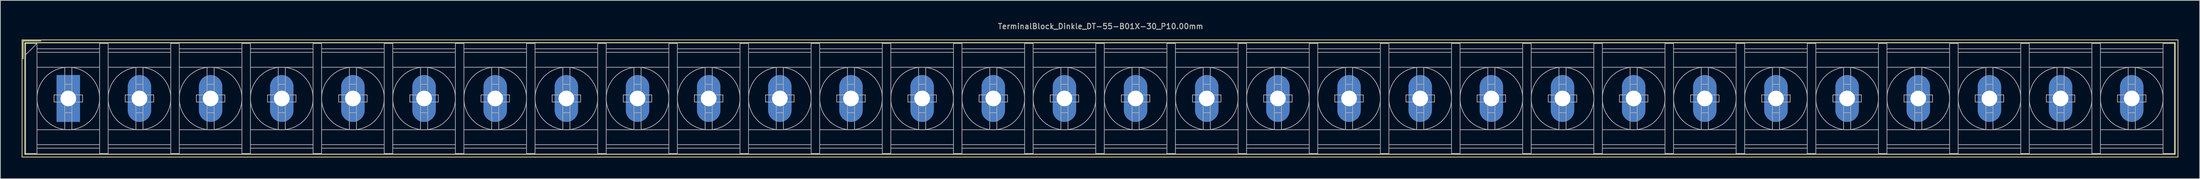
<source format=kicad_pcb>
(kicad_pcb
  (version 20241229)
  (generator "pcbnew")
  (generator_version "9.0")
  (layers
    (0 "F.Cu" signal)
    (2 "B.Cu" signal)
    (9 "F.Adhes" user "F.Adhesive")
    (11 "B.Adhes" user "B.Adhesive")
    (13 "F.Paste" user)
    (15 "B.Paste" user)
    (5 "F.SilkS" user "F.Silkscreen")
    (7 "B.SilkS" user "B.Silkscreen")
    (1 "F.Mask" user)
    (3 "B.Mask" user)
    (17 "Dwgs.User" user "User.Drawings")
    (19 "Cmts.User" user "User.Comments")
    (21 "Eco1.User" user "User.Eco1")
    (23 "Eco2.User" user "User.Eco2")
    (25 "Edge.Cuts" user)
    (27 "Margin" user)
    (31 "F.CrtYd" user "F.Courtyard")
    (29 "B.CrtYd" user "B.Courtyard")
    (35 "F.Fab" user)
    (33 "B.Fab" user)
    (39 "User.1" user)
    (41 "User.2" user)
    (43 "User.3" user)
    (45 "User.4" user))
  (footprint "TerminalBlock_Dinkle_DT-55-B01X-30_P10.00mm"
    (layer "F.Cu")
    (at 6.55 10.818)
    (property "Reference" "TerminalBlock_Dinkle_DT-55-B01X-30_P10.00mm" (at 145.08 -10.16 0) (layer "F.SilkS") (effects (font (size 0.75 0.75) (thickness 0.125))))
    (attr through_hole)
    (fp_line (start -6.5 -8.25) (end 296.5 -8.25) (stroke (width 0.1) (type solid)) (layer "F.SilkS"))
    (fp_line (start -6.5 8.25) (end -6.5 -8.25) (stroke (width 0.1) (type solid)) (layer "F.SilkS"))
    (fp_line (start -6.5 8.25) (end 296.5 8.25) (stroke (width 0.1) (type solid)) (layer "F.SilkS"))
    (fp_line (start -6.35 -8.1) (end -3.85 -8.1) (stroke (width 0.12) (type solid)) (layer "F.SilkS"))
    (fp_line (start -6.35 -5.6) (end -6.35 -8.1) (stroke (width 0.12) (type solid)) (layer "F.SilkS"))
    (fp_line (start -6.1 -7.85) (end 296.1 -7.85) (stroke (width 0.12) (type solid)) (layer "F.SilkS"))
    (fp_line (start -6.1 7.85) (end -6.1 -7.85) (stroke (width 0.12) (type solid)) (layer "F.SilkS"))
    (fp_line (start -6.1 7.85) (end 296.1 7.85) (stroke (width 0.12) (type solid)) (layer "F.SilkS"))
    (fp_line (start 296.1 -7.85) (end 296.1 7.85) (stroke (width 0.12) (type solid)) (layer "F.SilkS"))
    (fp_line (start 296.5 -8.25) (end 296.5 8.25) (stroke (width 0.1) (type solid)) (layer "F.SilkS"))
    (fp_line (start -6 -7.75) (end -6 7.75) (stroke (width 0.1) (type solid)) (layer "F.Fab"))
    (fp_line (start -6 -7.75) (end -4.4 -7.75) (stroke (width 0.1) (type solid)) (layer "F.Fab"))
    (fp_line (start -6 7.75) (end -4.4 7.75) (stroke (width 0.1) (type solid)) (layer "F.Fab"))
    (fp_line (start -4.4 -7.75) (end -6 -6.15) (stroke (width 0.1) (type solid)) (layer "F.Fab"))
    (fp_line (start -4.4 -7.75) (end -4.4 7.75) (stroke (width 0.1) (type solid)) (layer "F.Fab"))
    (fp_line (start -4.4 -7) (end 4.4 -7) (stroke (width 0.1) (type solid)) (layer "F.Fab"))
    (fp_line (start -4.4 -6.5) (end 4.4 -6.5) (stroke (width 0.1) (type solid)) (layer "F.Fab"))
    (fp_line (start -4.4 -4.4) (end 4.4 -4.4) (stroke (width 0.1) (type solid)) (layer "F.Fab"))
    (fp_line (start -4.4 4.4) (end 4.4 4.4) (stroke (width 0.1) (type solid)) (layer "F.Fab"))
    (fp_line (start -4.4 6.5) (end 4.4 6.5) (stroke (width 0.1) (type solid)) (layer "F.Fab"))
    (fp_line (start -4.4 7) (end 4.4 7) (stroke (width 0.1) (type solid)) (layer "F.Fab"))
    (fp_line (start -2 -0.5) (end -2 0.5) (stroke (width 0.1) (type solid)) (layer "F.Fab"))
    (fp_line (start -2 0.5) (end -0.5 0.5) (stroke (width 0.1) (type solid)) (layer "F.Fab"))
    (fp_line (start -0.5 -4.35) (end -0.5 -0.5) (stroke (width 0.1) (type solid)) (layer "F.Fab"))
    (fp_line (start -0.5 -2) (end 0.5 -2) (stroke (width 0.1) (type solid)) (layer "F.Fab"))
    (fp_line (start -0.5 -0.5) (end -2 -0.5) (stroke (width 0.1) (type solid)) (layer "F.Fab"))
    (fp_line (start -0.5 0.5) (end -0.5 4.35) (stroke (width 0.1) (type solid)) (layer "F.Fab"))
    (fp_line (start -0.5 2) (end 0.5 2) (stroke (width 0.1) (type solid)) (layer "F.Fab"))
    (fp_line (start 0.5 -4.35) (end 0.5 -0.5) (stroke (width 0.1) (type solid)) (layer "F.Fab"))
    (fp_line (start 0.5 -0.5) (end 2 -0.5) (stroke (width 0.1) (type solid)) (layer "F.Fab"))
    (fp_line (start 0.5 0.5) (end 0.5 4.35) (stroke (width 0.1) (type solid)) (layer "F.Fab"))
    (fp_line (start 2 -0.5) (end 2 0.5) (stroke (width 0.1) (type solid)) (layer "F.Fab"))
    (fp_line (start 2 0.5) (end 0.5 0.5) (stroke (width 0.1) (type solid)) (layer "F.Fab"))
    (fp_line (start 4.4 -7.75) (end 4.4 7.75) (stroke (width 0.1) (type solid)) (layer "F.Fab"))
    (fp_line (start 4.4 -7.75) (end 5.6 -7.75) (stroke (width 0.1) (type solid)) (layer "F.Fab"))
    (fp_line (start 4.4 7.75) (end 5.6 7.75) (stroke (width 0.1) (type solid)) (layer "F.Fab"))
    (fp_line (start 5.6 -7.75) (end 5.6 7.75) (stroke (width 0.1) (type solid)) (layer "F.Fab"))
    (fp_line (start 5.6 -7) (end 14.4 -7) (stroke (width 0.1) (type solid)) (layer "F.Fab"))
    (fp_line (start 5.6 -6.5) (end 14.4 -6.5) (stroke (width 0.1) (type solid)) (layer "F.Fab"))
    (fp_line (start 5.6 -4.4) (end 14.4 -4.4) (stroke (width 0.1) (type solid)) (layer "F.Fab"))
    (fp_line (start 5.6 4.4) (end 14.4 4.4) (stroke (width 0.1) (type solid)) (layer "F.Fab"))
    (fp_line (start 5.6 6.5) (end 14.4 6.5) (stroke (width 0.1) (type solid)) (layer "F.Fab"))
    (fp_line (start 5.6 7) (end 14.4 7) (stroke (width 0.1) (type solid)) (layer "F.Fab"))
    (fp_line (start 8 -0.5) (end 8 0.5) (stroke (width 0.1) (type solid)) (layer "F.Fab"))
    (fp_line (start 8 0.5) (end 9.5 0.5) (stroke (width 0.1) (type solid)) (layer "F.Fab"))
    (fp_line (start 9.5 -4.35) (end 9.5 -0.5) (stroke (width 0.1) (type solid)) (layer "F.Fab"))
    (fp_line (start 9.5 -2) (end 10.5 -2) (stroke (width 0.1) (type solid)) (layer "F.Fab"))
    (fp_line (start 9.5 -0.5) (end 8 -0.5) (stroke (width 0.1) (type solid)) (layer "F.Fab"))
    (fp_line (start 9.5 0.5) (end 9.5 4.35) (stroke (width 0.1) (type solid)) (layer "F.Fab"))
    (fp_line (start 9.5 2) (end 10.5 2) (stroke (width 0.1) (type solid)) (layer "F.Fab"))
    (fp_line (start 10.5 -4.35) (end 10.5 -0.5) (stroke (width 0.1) (type solid)) (layer "F.Fab"))
    (fp_line (start 10.5 -0.5) (end 12 -0.5) (stroke (width 0.1) (type solid)) (layer "F.Fab"))
    (fp_line (start 10.5 0.5) (end 10.5 4.35) (stroke (width 0.1) (type solid)) (layer "F.Fab"))
    (fp_line (start 12 -0.5) (end 12 0.5) (stroke (width 0.1) (type solid)) (layer "F.Fab"))
    (fp_line (start 12 0.5) (end 10.5 0.5) (stroke (width 0.1) (type solid)) (layer "F.Fab"))
    (fp_line (start 14.4 -7.75) (end 14.4 7.75) (stroke (width 0.1) (type solid)) (layer "F.Fab"))
    (fp_line (start 14.4 -7.75) (end 15.6 -7.75) (stroke (width 0.1) (type solid)) (layer "F.Fab"))
    (fp_line (start 14.4 7.75) (end 15.6 7.75) (stroke (width 0.1) (type solid)) (layer "F.Fab"))
    (fp_line (start 15.6 -7.75) (end 15.6 7.75) (stroke (width 0.1) (type solid)) (layer "F.Fab"))
    (fp_line (start 15.6 -7) (end 24.4 -7) (stroke (width 0.1) (type solid)) (layer "F.Fab"))
    (fp_line (start 15.6 -6.5) (end 24.4 -6.5) (stroke (width 0.1) (type solid)) (layer "F.Fab"))
    (fp_line (start 15.6 -4.4) (end 24.4 -4.4) (stroke (width 0.1) (type solid)) (layer "F.Fab"))
    (fp_line (start 15.6 4.4) (end 24.4 4.4) (stroke (width 0.1) (type solid)) (layer "F.Fab"))
    (fp_line (start 15.6 6.5) (end 24.4 6.5) (stroke (width 0.1) (type solid)) (layer "F.Fab"))
    (fp_line (start 15.6 7) (end 24.4 7) (stroke (width 0.1) (type solid)) (layer "F.Fab"))
    (fp_line (start 18 -0.5) (end 18 0.5) (stroke (width 0.1) (type solid)) (layer "F.Fab"))
    (fp_line (start 18 0.5) (end 19.5 0.5) (stroke (width 0.1) (type solid)) (layer "F.Fab"))
    (fp_line (start 19.5 -4.35) (end 19.5 -0.5) (stroke (width 0.1) (type solid)) (layer "F.Fab"))
    (fp_line (start 19.5 -2) (end 20.5 -2) (stroke (width 0.1) (type solid)) (layer "F.Fab"))
    (fp_line (start 19.5 -0.5) (end 18 -0.5) (stroke (width 0.1) (type solid)) (layer "F.Fab"))
    (fp_line (start 19.5 0.5) (end 19.5 4.35) (stroke (width 0.1) (type solid)) (layer "F.Fab"))
    (fp_line (start 19.5 2) (end 20.5 2) (stroke (width 0.1) (type solid)) (layer "F.Fab"))
    (fp_line (start 20.5 -4.35) (end 20.5 -0.5) (stroke (width 0.1) (type solid)) (layer "F.Fab"))
    (fp_line (start 20.5 -0.5) (end 22 -0.5) (stroke (width 0.1) (type solid)) (layer "F.Fab"))
    (fp_line (start 20.5 0.5) (end 20.5 4.35) (stroke (width 0.1) (type solid)) (layer "F.Fab"))
    (fp_line (start 22 -0.5) (end 22 0.5) (stroke (width 0.1) (type solid)) (layer "F.Fab"))
    (fp_line (start 22 0.5) (end 20.5 0.5) (stroke (width 0.1) (type solid)) (layer "F.Fab"))
    (fp_line (start 24.4 -7.75) (end 24.4 7.75) (stroke (width 0.1) (type solid)) (layer "F.Fab"))
    (fp_line (start 24.4 -7.75) (end 25.6 -7.75) (stroke (width 0.1) (type solid)) (layer "F.Fab"))
    (fp_line (start 24.4 7.75) (end 25.6 7.75) (stroke (width 0.1) (type solid)) (layer "F.Fab"))
    (fp_line (start 25.6 -7.75) (end 25.6 7.75) (stroke (width 0.1) (type solid)) (layer "F.Fab"))
    (fp_line (start 25.6 -7) (end 34.4 -7) (stroke (width 0.1) (type solid)) (layer "F.Fab"))
    (fp_line (start 25.6 -6.5) (end 34.4 -6.5) (stroke (width 0.1) (type solid)) (layer "F.Fab"))
    (fp_line (start 25.6 -4.4) (end 34.4 -4.4) (stroke (width 0.1) (type solid)) (layer "F.Fab"))
    (fp_line (start 25.6 4.4) (end 34.4 4.4) (stroke (width 0.1) (type solid)) (layer "F.Fab"))
    (fp_line (start 25.6 6.5) (end 34.4 6.5) (stroke (width 0.1) (type solid)) (layer "F.Fab"))
    (fp_line (start 25.6 7) (end 34.4 7) (stroke (width 0.1) (type solid)) (layer "F.Fab"))
    (fp_line (start 28 -0.5) (end 28 0.5) (stroke (width 0.1) (type solid)) (layer "F.Fab"))
    (fp_line (start 28 0.5) (end 29.5 0.5) (stroke (width 0.1) (type solid)) (layer "F.Fab"))
    (fp_line (start 29.5 -4.35) (end 29.5 -0.5) (stroke (width 0.1) (type solid)) (layer "F.Fab"))
    (fp_line (start 29.5 -2) (end 30.5 -2) (stroke (width 0.1) (type solid)) (layer "F.Fab"))
    (fp_line (start 29.5 -0.5) (end 28 -0.5) (stroke (width 0.1) (type solid)) (layer "F.Fab"))
    (fp_line (start 29.5 0.5) (end 29.5 4.35) (stroke (width 0.1) (type solid)) (layer "F.Fab"))
    (fp_line (start 29.5 2) (end 30.5 2) (stroke (width 0.1) (type solid)) (layer "F.Fab"))
    (fp_line (start 30.5 -4.35) (end 30.5 -0.5) (stroke (width 0.1) (type solid)) (layer "F.Fab"))
    (fp_line (start 30.5 -0.5) (end 32 -0.5) (stroke (width 0.1) (type solid)) (layer "F.Fab"))
    (fp_line (start 30.5 0.5) (end 30.5 4.35) (stroke (width 0.1) (type solid)) (layer "F.Fab"))
    (fp_line (start 32 -0.5) (end 32 0.5) (stroke (width 0.1) (type solid)) (layer "F.Fab"))
    (fp_line (start 32 0.5) (end 30.5 0.5) (stroke (width 0.1) (type solid)) (layer "F.Fab"))
    (fp_line (start 34.4 -7.75) (end 34.4 7.75) (stroke (width 0.1) (type solid)) (layer "F.Fab"))
    (fp_line (start 34.4 -7.75) (end 35.6 -7.75) (stroke (width 0.1) (type solid)) (layer "F.Fab"))
    (fp_line (start 34.4 7.75) (end 35.6 7.75) (stroke (width 0.1) (type solid)) (layer "F.Fab"))
    (fp_line (start 35.6 -7.75) (end 35.6 7.75) (stroke (width 0.1) (type solid)) (layer "F.Fab"))
    (fp_line (start 35.6 -7) (end 44.4 -7) (stroke (width 0.1) (type solid)) (layer "F.Fab"))
    (fp_line (start 35.6 -6.5) (end 44.4 -6.5) (stroke (width 0.1) (type solid)) (layer "F.Fab"))
    (fp_line (start 35.6 -4.4) (end 44.4 -4.4) (stroke (width 0.1) (type solid)) (layer "F.Fab"))
    (fp_line (start 35.6 4.4) (end 44.4 4.4) (stroke (width 0.1) (type solid)) (layer "F.Fab"))
    (fp_line (start 35.6 6.5) (end 44.4 6.5) (stroke (width 0.1) (type solid)) (layer "F.Fab"))
    (fp_line (start 35.6 7) (end 44.4 7) (stroke (width 0.1) (type solid)) (layer "F.Fab"))
    (fp_line (start 38 -0.5) (end 38 0.5) (stroke (width 0.1) (type solid)) (layer "F.Fab"))
    (fp_line (start 38 0.5) (end 39.5 0.5) (stroke (width 0.1) (type solid)) (layer "F.Fab"))
    (fp_line (start 39.5 -4.35) (end 39.5 -0.5) (stroke (width 0.1) (type solid)) (layer "F.Fab"))
    (fp_line (start 39.5 -2) (end 40.5 -2) (stroke (width 0.1) (type solid)) (layer "F.Fab"))
    (fp_line (start 39.5 -0.5) (end 38 -0.5) (stroke (width 0.1) (type solid)) (layer "F.Fab"))
    (fp_line (start 39.5 0.5) (end 39.5 4.35) (stroke (width 0.1) (type solid)) (layer "F.Fab"))
    (fp_line (start 39.5 2) (end 40.5 2) (stroke (width 0.1) (type solid)) (layer "F.Fab"))
    (fp_line (start 40.5 -4.35) (end 40.5 -0.5) (stroke (width 0.1) (type solid)) (layer "F.Fab"))
    (fp_line (start 40.5 -0.5) (end 42 -0.5) (stroke (width 0.1) (type solid)) (layer "F.Fab"))
    (fp_line (start 40.5 0.5) (end 40.5 4.35) (stroke (width 0.1) (type solid)) (layer "F.Fab"))
    (fp_line (start 42 -0.5) (end 42 0.5) (stroke (width 0.1) (type solid)) (layer "F.Fab"))
    (fp_line (start 42 0.5) (end 40.5 0.5) (stroke (width 0.1) (type solid)) (layer "F.Fab"))
    (fp_line (start 44.4 -7.75) (end 44.4 7.75) (stroke (width 0.1) (type solid)) (layer "F.Fab"))
    (fp_line (start 44.4 -7.75) (end 45.6 -7.75) (stroke (width 0.1) (type solid)) (layer "F.Fab"))
    (fp_line (start 44.4 7.75) (end 45.6 7.75) (stroke (width 0.1) (type solid)) (layer "F.Fab"))
    (fp_line (start 45.6 -7.75) (end 45.6 7.75) (stroke (width 0.1) (type solid)) (layer "F.Fab"))
    (fp_line (start 45.6 -7) (end 54.4 -7) (stroke (width 0.1) (type solid)) (layer "F.Fab"))
    (fp_line (start 45.6 -6.5) (end 54.4 -6.5) (stroke (width 0.1) (type solid)) (layer "F.Fab"))
    (fp_line (start 45.6 -4.4) (end 54.4 -4.4) (stroke (width 0.1) (type solid)) (layer "F.Fab"))
    (fp_line (start 45.6 4.4) (end 54.4 4.4) (stroke (width 0.1) (type solid)) (layer "F.Fab"))
    (fp_line (start 45.6 6.5) (end 54.4 6.5) (stroke (width 0.1) (type solid)) (layer "F.Fab"))
    (fp_line (start 45.6 7) (end 54.4 7) (stroke (width 0.1) (type solid)) (layer "F.Fab"))
    (fp_line (start 48 -0.5) (end 48 0.5) (stroke (width 0.1) (type solid)) (layer "F.Fab"))
    (fp_line (start 48 0.5) (end 49.5 0.5) (stroke (width 0.1) (type solid)) (layer "F.Fab"))
    (fp_line (start 49.5 -4.35) (end 49.5 -0.5) (stroke (width 0.1) (type solid)) (layer "F.Fab"))
    (fp_line (start 49.5 -2) (end 50.5 -2) (stroke (width 0.1) (type solid)) (layer "F.Fab"))
    (fp_line (start 49.5 -0.5) (end 48 -0.5) (stroke (width 0.1) (type solid)) (layer "F.Fab"))
    (fp_line (start 49.5 0.5) (end 49.5 4.35) (stroke (width 0.1) (type solid)) (layer "F.Fab"))
    (fp_line (start 49.5 2) (end 50.5 2) (stroke (width 0.1) (type solid)) (layer "F.Fab"))
    (fp_line (start 50.5 -4.35) (end 50.5 -0.5) (stroke (width 0.1) (type solid)) (layer "F.Fab"))
    (fp_line (start 50.5 -0.5) (end 52 -0.5) (stroke (width 0.1) (type solid)) (layer "F.Fab"))
    (fp_line (start 50.5 0.5) (end 50.5 4.35) (stroke (width 0.1) (type solid)) (layer "F.Fab"))
    (fp_line (start 52 -0.5) (end 52 0.5) (stroke (width 0.1) (type solid)) (layer "F.Fab"))
    (fp_line (start 52 0.5) (end 50.5 0.5) (stroke (width 0.1) (type solid)) (layer "F.Fab"))
    (fp_line (start 54.4 -7.75) (end 54.4 7.75) (stroke (width 0.1) (type solid)) (layer "F.Fab"))
    (fp_line (start 54.4 -7.75) (end 55.6 -7.75) (stroke (width 0.1) (type solid)) (layer "F.Fab"))
    (fp_line (start 54.4 7.75) (end 55.6 7.75) (stroke (width 0.1) (type solid)) (layer "F.Fab"))
    (fp_line (start 55.6 -7.75) (end 55.6 7.75) (stroke (width 0.1) (type solid)) (layer "F.Fab"))
    (fp_line (start 55.6 -7) (end 64.4 -7) (stroke (width 0.1) (type solid)) (layer "F.Fab"))
    (fp_line (start 55.6 -6.5) (end 64.4 -6.5) (stroke (width 0.1) (type solid)) (layer "F.Fab"))
    (fp_line (start 55.6 -4.4) (end 64.4 -4.4) (stroke (width 0.1) (type solid)) (layer "F.Fab"))
    (fp_line (start 55.6 4.4) (end 64.4 4.4) (stroke (width 0.1) (type solid)) (layer "F.Fab"))
    (fp_line (start 55.6 6.5) (end 64.4 6.5) (stroke (width 0.1) (type solid)) (layer "F.Fab"))
    (fp_line (start 55.6 7) (end 64.4 7) (stroke (width 0.1) (type solid)) (layer "F.Fab"))
    (fp_line (start 58 -0.5) (end 58 0.5) (stroke (width 0.1) (type solid)) (layer "F.Fab"))
    (fp_line (start 58 0.5) (end 59.5 0.5) (stroke (width 0.1) (type solid)) (layer "F.Fab"))
    (fp_line (start 59.5 -4.35) (end 59.5 -0.5) (stroke (width 0.1) (type solid)) (layer "F.Fab"))
    (fp_line (start 59.5 -2) (end 60.5 -2) (stroke (width 0.1) (type solid)) (layer "F.Fab"))
    (fp_line (start 59.5 -0.5) (end 58 -0.5) (stroke (width 0.1) (type solid)) (layer "F.Fab"))
    (fp_line (start 59.5 0.5) (end 59.5 4.35) (stroke (width 0.1) (type solid)) (layer "F.Fab"))
    (fp_line (start 59.5 2) (end 60.5 2) (stroke (width 0.1) (type solid)) (layer "F.Fab"))
    (fp_line (start 60.5 -4.35) (end 60.5 -0.5) (stroke (width 0.1) (type solid)) (layer "F.Fab"))
    (fp_line (start 60.5 -0.5) (end 62 -0.5) (stroke (width 0.1) (type solid)) (layer "F.Fab"))
    (fp_line (start 60.5 0.5) (end 60.5 4.35) (stroke (width 0.1) (type solid)) (layer "F.Fab"))
    (fp_line (start 62 -0.5) (end 62 0.5) (stroke (width 0.1) (type solid)) (layer "F.Fab"))
    (fp_line (start 62 0.5) (end 60.5 0.5) (stroke (width 0.1) (type solid)) (layer "F.Fab"))
    (fp_line (start 64.4 -7.75) (end 64.4 7.75) (stroke (width 0.1) (type solid)) (layer "F.Fab"))
    (fp_line (start 64.4 -7.75) (end 65.6 -7.75) (stroke (width 0.1) (type solid)) (layer "F.Fab"))
    (fp_line (start 64.4 7.75) (end 65.6 7.75) (stroke (width 0.1) (type solid)) (layer "F.Fab"))
    (fp_line (start 65.6 -7.75) (end 65.6 7.75) (stroke (width 0.1) (type solid)) (layer "F.Fab"))
    (fp_line (start 65.6 -7) (end 74.4 -7) (stroke (width 0.1) (type solid)) (layer "F.Fab"))
    (fp_line (start 65.6 -6.5) (end 74.4 -6.5) (stroke (width 0.1) (type solid)) (layer "F.Fab"))
    (fp_line (start 65.6 -4.4) (end 74.4 -4.4) (stroke (width 0.1) (type solid)) (layer "F.Fab"))
    (fp_line (start 65.6 4.4) (end 74.4 4.4) (stroke (width 0.1) (type solid)) (layer "F.Fab"))
    (fp_line (start 65.6 6.5) (end 74.4 6.5) (stroke (width 0.1) (type solid)) (layer "F.Fab"))
    (fp_line (start 65.6 7) (end 74.4 7) (stroke (width 0.1) (type solid)) (layer "F.Fab"))
    (fp_line (start 68 -0.5) (end 68 0.5) (stroke (width 0.1) (type solid)) (layer "F.Fab"))
    (fp_line (start 68 0.5) (end 69.5 0.5) (stroke (width 0.1) (type solid)) (layer "F.Fab"))
    (fp_line (start 69.5 -4.35) (end 69.5 -0.5) (stroke (width 0.1) (type solid)) (layer "F.Fab"))
    (fp_line (start 69.5 -2) (end 70.5 -2) (stroke (width 0.1) (type solid)) (layer "F.Fab"))
    (fp_line (start 69.5 -0.5) (end 68 -0.5) (stroke (width 0.1) (type solid)) (layer "F.Fab"))
    (fp_line (start 69.5 0.5) (end 69.5 4.35) (stroke (width 0.1) (type solid)) (layer "F.Fab"))
    (fp_line (start 69.5 2) (end 70.5 2) (stroke (width 0.1) (type solid)) (layer "F.Fab"))
    (fp_line (start 70.5 -4.35) (end 70.5 -0.5) (stroke (width 0.1) (type solid)) (layer "F.Fab"))
    (fp_line (start 70.5 -0.5) (end 72 -0.5) (stroke (width 0.1) (type solid)) (layer "F.Fab"))
    (fp_line (start 70.5 0.5) (end 70.5 4.35) (stroke (width 0.1) (type solid)) (layer "F.Fab"))
    (fp_line (start 72 -0.5) (end 72 0.5) (stroke (width 0.1) (type solid)) (layer "F.Fab"))
    (fp_line (start 72 0.5) (end 70.5 0.5) (stroke (width 0.1) (type solid)) (layer "F.Fab"))
    (fp_line (start 74.4 -7.75) (end 74.4 7.75) (stroke (width 0.1) (type solid)) (layer "F.Fab"))
    (fp_line (start 74.4 -7.75) (end 75.6 -7.75) (stroke (width 0.1) (type solid)) (layer "F.Fab"))
    (fp_line (start 74.4 7.75) (end 75.6 7.75) (stroke (width 0.1) (type solid)) (layer "F.Fab"))
    (fp_line (start 75.6 -7.75) (end 75.6 7.75) (stroke (width 0.1) (type solid)) (layer "F.Fab"))
    (fp_line (start 75.6 -7) (end 84.4 -7) (stroke (width 0.1) (type solid)) (layer "F.Fab"))
    (fp_line (start 75.6 -6.5) (end 84.4 -6.5) (stroke (width 0.1) (type solid)) (layer "F.Fab"))
    (fp_line (start 75.6 -4.4) (end 84.4 -4.4) (stroke (width 0.1) (type solid)) (layer "F.Fab"))
    (fp_line (start 75.6 4.4) (end 84.4 4.4) (stroke (width 0.1) (type solid)) (layer "F.Fab"))
    (fp_line (start 75.6 6.5) (end 84.4 6.5) (stroke (width 0.1) (type solid)) (layer "F.Fab"))
    (fp_line (start 75.6 7) (end 84.4 7) (stroke (width 0.1) (type solid)) (layer "F.Fab"))
    (fp_line (start 78 -0.5) (end 78 0.5) (stroke (width 0.1) (type solid)) (layer "F.Fab"))
    (fp_line (start 78 0.5) (end 79.5 0.5) (stroke (width 0.1) (type solid)) (layer "F.Fab"))
    (fp_line (start 79.5 -4.35) (end 79.5 -0.5) (stroke (width 0.1) (type solid)) (layer "F.Fab"))
    (fp_line (start 79.5 -2) (end 80.5 -2) (stroke (width 0.1) (type solid)) (layer "F.Fab"))
    (fp_line (start 79.5 -0.5) (end 78 -0.5) (stroke (width 0.1) (type solid)) (layer "F.Fab"))
    (fp_line (start 79.5 0.5) (end 79.5 4.35) (stroke (width 0.1) (type solid)) (layer "F.Fab"))
    (fp_line (start 79.5 2) (end 80.5 2) (stroke (width 0.1) (type solid)) (layer "F.Fab"))
    (fp_line (start 80.5 -4.35) (end 80.5 -0.5) (stroke (width 0.1) (type solid)) (layer "F.Fab"))
    (fp_line (start 80.5 -0.5) (end 82 -0.5) (stroke (width 0.1) (type solid)) (layer "F.Fab"))
    (fp_line (start 80.5 0.5) (end 80.5 4.35) (stroke (width 0.1) (type solid)) (layer "F.Fab"))
    (fp_line (start 82 -0.5) (end 82 0.5) (stroke (width 0.1) (type solid)) (layer "F.Fab"))
    (fp_line (start 82 0.5) (end 80.5 0.5) (stroke (width 0.1) (type solid)) (layer "F.Fab"))
    (fp_line (start 84.4 -7.75) (end 84.4 7.75) (stroke (width 0.1) (type solid)) (layer "F.Fab"))
    (fp_line (start 84.4 -7.75) (end 85.6 -7.75) (stroke (width 0.1) (type solid)) (layer "F.Fab"))
    (fp_line (start 84.4 7.75) (end 85.6 7.75) (stroke (width 0.1) (type solid)) (layer "F.Fab"))
    (fp_line (start 85.6 -7.75) (end 85.6 7.75) (stroke (width 0.1) (type solid)) (layer "F.Fab"))
    (fp_line (start 85.6 -7) (end 94.4 -7) (stroke (width 0.1) (type solid)) (layer "F.Fab"))
    (fp_line (start 85.6 -6.5) (end 94.4 -6.5) (stroke (width 0.1) (type solid)) (layer "F.Fab"))
    (fp_line (start 85.6 -4.4) (end 94.4 -4.4) (stroke (width 0.1) (type solid)) (layer "F.Fab"))
    (fp_line (start 85.6 4.4) (end 94.4 4.4) (stroke (width 0.1) (type solid)) (layer "F.Fab"))
    (fp_line (start 85.6 6.5) (end 94.4 6.5) (stroke (width 0.1) (type solid)) (layer "F.Fab"))
    (fp_line (start 85.6 7) (end 94.4 7) (stroke (width 0.1) (type solid)) (layer "F.Fab"))
    (fp_line (start 88 -0.5) (end 88 0.5) (stroke (width 0.1) (type solid)) (layer "F.Fab"))
    (fp_line (start 88 0.5) (end 89.5 0.5) (stroke (width 0.1) (type solid)) (layer "F.Fab"))
    (fp_line (start 89.5 -4.35) (end 89.5 -0.5) (stroke (width 0.1) (type solid)) (layer "F.Fab"))
    (fp_line (start 89.5 -2) (end 90.5 -2) (stroke (width 0.1) (type solid)) (layer "F.Fab"))
    (fp_line (start 89.5 -0.5) (end 88 -0.5) (stroke (width 0.1) (type solid)) (layer "F.Fab"))
    (fp_line (start 89.5 0.5) (end 89.5 4.35) (stroke (width 0.1) (type solid)) (layer "F.Fab"))
    (fp_line (start 89.5 2) (end 90.5 2) (stroke (width 0.1) (type solid)) (layer "F.Fab"))
    (fp_line (start 90.5 -4.35) (end 90.5 -0.5) (stroke (width 0.1) (type solid)) (layer "F.Fab"))
    (fp_line (start 90.5 -0.5) (end 92 -0.5) (stroke (width 0.1) (type solid)) (layer "F.Fab"))
    (fp_line (start 90.5 0.5) (end 90.5 4.35) (stroke (width 0.1) (type solid)) (layer "F.Fab"))
    (fp_line (start 92 -0.5) (end 92 0.5) (stroke (width 0.1) (type solid)) (layer "F.Fab"))
    (fp_line (start 92 0.5) (end 90.5 0.5) (stroke (width 0.1) (type solid)) (layer "F.Fab"))
    (fp_line (start 94.4 -7.75) (end 94.4 7.75) (stroke (width 0.1) (type solid)) (layer "F.Fab"))
    (fp_line (start 94.4 -7.75) (end 95.6 -7.75) (stroke (width 0.1) (type solid)) (layer "F.Fab"))
    (fp_line (start 94.4 7.75) (end 95.6 7.75) (stroke (width 0.1) (type solid)) (layer "F.Fab"))
    (fp_line (start 95.6 -7.75) (end 95.6 7.75) (stroke (width 0.1) (type solid)) (layer "F.Fab"))
    (fp_line (start 95.6 -7) (end 104.4 -7) (stroke (width 0.1) (type solid)) (layer "F.Fab"))
    (fp_line (start 95.6 -6.5) (end 104.4 -6.5) (stroke (width 0.1) (type solid)) (layer "F.Fab"))
    (fp_line (start 95.6 -4.4) (end 104.4 -4.4) (stroke (width 0.1) (type solid)) (layer "F.Fab"))
    (fp_line (start 95.6 4.4) (end 104.4 4.4) (stroke (width 0.1) (type solid)) (layer "F.Fab"))
    (fp_line (start 95.6 6.5) (end 104.4 6.5) (stroke (width 0.1) (type solid)) (layer "F.Fab"))
    (fp_line (start 95.6 7) (end 104.4 7) (stroke (width 0.1) (type solid)) (layer "F.Fab"))
    (fp_line (start 98 -0.5) (end 98 0.5) (stroke (width 0.1) (type solid)) (layer "F.Fab"))
    (fp_line (start 98 0.5) (end 99.5 0.5) (stroke (width 0.1) (type solid)) (layer "F.Fab"))
    (fp_line (start 99.5 -4.35) (end 99.5 -0.5) (stroke (width 0.1) (type solid)) (layer "F.Fab"))
    (fp_line (start 99.5 -2) (end 100.5 -2) (stroke (width 0.1) (type solid)) (layer "F.Fab"))
    (fp_line (start 99.5 -0.5) (end 98 -0.5) (stroke (width 0.1) (type solid)) (layer "F.Fab"))
    (fp_line (start 99.5 0.5) (end 99.5 4.35) (stroke (width 0.1) (type solid)) (layer "F.Fab"))
    (fp_line (start 99.5 2) (end 100.5 2) (stroke (width 0.1) (type solid)) (layer "F.Fab"))
    (fp_line (start 100.5 -4.35) (end 100.5 -0.5) (stroke (width 0.1) (type solid)) (layer "F.Fab"))
    (fp_line (start 100.5 -0.5) (end 102 -0.5) (stroke (width 0.1) (type solid)) (layer "F.Fab"))
    (fp_line (start 100.5 0.5) (end 100.5 4.35) (stroke (width 0.1) (type solid)) (layer "F.Fab"))
    (fp_line (start 102 -0.5) (end 102 0.5) (stroke (width 0.1) (type solid)) (layer "F.Fab"))
    (fp_line (start 102 0.5) (end 100.5 0.5) (stroke (width 0.1) (type solid)) (layer "F.Fab"))
    (fp_line (start 104.4 -7.75) (end 104.4 7.75) (stroke (width 0.1) (type solid)) (layer "F.Fab"))
    (fp_line (start 104.4 -7.75) (end 105.6 -7.75) (stroke (width 0.1) (type solid)) (layer "F.Fab"))
    (fp_line (start 104.4 7.75) (end 105.6 7.75) (stroke (width 0.1) (type solid)) (layer "F.Fab"))
    (fp_line (start 105.6 -7.75) (end 105.6 7.75) (stroke (width 0.1) (type solid)) (layer "F.Fab"))
    (fp_line (start 105.6 -7) (end 114.4 -7) (stroke (width 0.1) (type solid)) (layer "F.Fab"))
    (fp_line (start 105.6 -6.5) (end 114.4 -6.5) (stroke (width 0.1) (type solid)) (layer "F.Fab"))
    (fp_line (start 105.6 -4.4) (end 114.4 -4.4) (stroke (width 0.1) (type solid)) (layer "F.Fab"))
    (fp_line (start 105.6 4.4) (end 114.4 4.4) (stroke (width 0.1) (type solid)) (layer "F.Fab"))
    (fp_line (start 105.6 6.5) (end 114.4 6.5) (stroke (width 0.1) (type solid)) (layer "F.Fab"))
    (fp_line (start 105.6 7) (end 114.4 7) (stroke (width 0.1) (type solid)) (layer "F.Fab"))
    (fp_line (start 108 -0.5) (end 108 0.5) (stroke (width 0.1) (type solid)) (layer "F.Fab"))
    (fp_line (start 108 0.5) (end 109.5 0.5) (stroke (width 0.1) (type solid)) (layer "F.Fab"))
    (fp_line (start 109.5 -4.35) (end 109.5 -0.5) (stroke (width 0.1) (type solid)) (layer "F.Fab"))
    (fp_line (start 109.5 -2) (end 110.5 -2) (stroke (width 0.1) (type solid)) (layer "F.Fab"))
    (fp_line (start 109.5 -0.5) (end 108 -0.5) (stroke (width 0.1) (type solid)) (layer "F.Fab"))
    (fp_line (start 109.5 0.5) (end 109.5 4.35) (stroke (width 0.1) (type solid)) (layer "F.Fab"))
    (fp_line (start 109.5 2) (end 110.5 2) (stroke (width 0.1) (type solid)) (layer "F.Fab"))
    (fp_line (start 110.5 -4.35) (end 110.5 -0.5) (stroke (width 0.1) (type solid)) (layer "F.Fab"))
    (fp_line (start 110.5 -0.5) (end 112 -0.5) (stroke (width 0.1) (type solid)) (layer "F.Fab"))
    (fp_line (start 110.5 0.5) (end 110.5 4.35) (stroke (width 0.1) (type solid)) (layer "F.Fab"))
    (fp_line (start 112 -0.5) (end 112 0.5) (stroke (width 0.1) (type solid)) (layer "F.Fab"))
    (fp_line (start 112 0.5) (end 110.5 0.5) (stroke (width 0.1) (type solid)) (layer "F.Fab"))
    (fp_line (start 114.4 -7.75) (end 114.4 7.75) (stroke (width 0.1) (type solid)) (layer "F.Fab"))
    (fp_line (start 114.4 -7.75) (end 115.6 -7.75) (stroke (width 0.1) (type solid)) (layer "F.Fab"))
    (fp_line (start 114.4 7.75) (end 115.6 7.75) (stroke (width 0.1) (type solid)) (layer "F.Fab"))
    (fp_line (start 115.6 -7.75) (end 115.6 7.75) (stroke (width 0.1) (type solid)) (layer "F.Fab"))
    (fp_line (start 115.6 -7) (end 124.4 -7) (stroke (width 0.1) (type solid)) (layer "F.Fab"))
    (fp_line (start 115.6 -6.5) (end 124.4 -6.5) (stroke (width 0.1) (type solid)) (layer "F.Fab"))
    (fp_line (start 115.6 -4.4) (end 124.4 -4.4) (stroke (width 0.1) (type solid)) (layer "F.Fab"))
    (fp_line (start 115.6 4.4) (end 124.4 4.4) (stroke (width 0.1) (type solid)) (layer "F.Fab"))
    (fp_line (start 115.6 6.5) (end 124.4 6.5) (stroke (width 0.1) (type solid)) (layer "F.Fab"))
    (fp_line (start 115.6 7) (end 124.4 7) (stroke (width 0.1) (type solid)) (layer "F.Fab"))
    (fp_line (start 118 -0.5) (end 118 0.5) (stroke (width 0.1) (type solid)) (layer "F.Fab"))
    (fp_line (start 118 0.5) (end 119.5 0.5) (stroke (width 0.1) (type solid)) (layer "F.Fab"))
    (fp_line (start 119.5 -4.35) (end 119.5 -0.5) (stroke (width 0.1) (type solid)) (layer "F.Fab"))
    (fp_line (start 119.5 -2) (end 120.5 -2) (stroke (width 0.1) (type solid)) (layer "F.Fab"))
    (fp_line (start 119.5 -0.5) (end 118 -0.5) (stroke (width 0.1) (type solid)) (layer "F.Fab"))
    (fp_line (start 119.5 0.5) (end 119.5 4.35) (stroke (width 0.1) (type solid)) (layer "F.Fab"))
    (fp_line (start 119.5 2) (end 120.5 2) (stroke (width 0.1) (type solid)) (layer "F.Fab"))
    (fp_line (start 120.5 -4.35) (end 120.5 -0.5) (stroke (width 0.1) (type solid)) (layer "F.Fab"))
    (fp_line (start 120.5 -0.5) (end 122 -0.5) (stroke (width 0.1) (type solid)) (layer "F.Fab"))
    (fp_line (start 120.5 0.5) (end 120.5 4.35) (stroke (width 0.1) (type solid)) (layer "F.Fab"))
    (fp_line (start 122 -0.5) (end 122 0.5) (stroke (width 0.1) (type solid)) (layer "F.Fab"))
    (fp_line (start 122 0.5) (end 120.5 0.5) (stroke (width 0.1) (type solid)) (layer "F.Fab"))
    (fp_line (start 124.4 -7.75) (end 124.4 7.75) (stroke (width 0.1) (type solid)) (layer "F.Fab"))
    (fp_line (start 124.4 -7.75) (end 125.6 -7.75) (stroke (width 0.1) (type solid)) (layer "F.Fab"))
    (fp_line (start 124.4 7.75) (end 125.6 7.75) (stroke (width 0.1) (type solid)) (layer "F.Fab"))
    (fp_line (start 125.6 -7.75) (end 125.6 7.75) (stroke (width 0.1) (type solid)) (layer "F.Fab"))
    (fp_line (start 125.6 -7) (end 134.4 -7) (stroke (width 0.1) (type solid)) (layer "F.Fab"))
    (fp_line (start 125.6 -6.5) (end 134.4 -6.5) (stroke (width 0.1) (type solid)) (layer "F.Fab"))
    (fp_line (start 125.6 -4.4) (end 134.4 -4.4) (stroke (width 0.1) (type solid)) (layer "F.Fab"))
    (fp_line (start 125.6 4.4) (end 134.4 4.4) (stroke (width 0.1) (type solid)) (layer "F.Fab"))
    (fp_line (start 125.6 6.5) (end 134.4 6.5) (stroke (width 0.1) (type solid)) (layer "F.Fab"))
    (fp_line (start 125.6 7) (end 134.4 7) (stroke (width 0.1) (type solid)) (layer "F.Fab"))
    (fp_line (start 128 -0.5) (end 128 0.5) (stroke (width 0.1) (type solid)) (layer "F.Fab"))
    (fp_line (start 128 0.5) (end 129.5 0.5) (stroke (width 0.1) (type solid)) (layer "F.Fab"))
    (fp_line (start 129.5 -4.35) (end 129.5 -0.5) (stroke (width 0.1) (type solid)) (layer "F.Fab"))
    (fp_line (start 129.5 -2) (end 130.5 -2) (stroke (width 0.1) (type solid)) (layer "F.Fab"))
    (fp_line (start 129.5 -0.5) (end 128 -0.5) (stroke (width 0.1) (type solid)) (layer "F.Fab"))
    (fp_line (start 129.5 0.5) (end 129.5 4.35) (stroke (width 0.1) (type solid)) (layer "F.Fab"))
    (fp_line (start 129.5 2) (end 130.5 2) (stroke (width 0.1) (type solid)) (layer "F.Fab"))
    (fp_line (start 130.5 -4.35) (end 130.5 -0.5) (stroke (width 0.1) (type solid)) (layer "F.Fab"))
    (fp_line (start 130.5 -0.5) (end 132 -0.5) (stroke (width 0.1) (type solid)) (layer "F.Fab"))
    (fp_line (start 130.5 0.5) (end 130.5 4.35) (stroke (width 0.1) (type solid)) (layer "F.Fab"))
    (fp_line (start 132 -0.5) (end 132 0.5) (stroke (width 0.1) (type solid)) (layer "F.Fab"))
    (fp_line (start 132 0.5) (end 130.5 0.5) (stroke (width 0.1) (type solid)) (layer "F.Fab"))
    (fp_line (start 134.4 -7.75) (end 134.4 7.75) (stroke (width 0.1) (type solid)) (layer "F.Fab"))
    (fp_line (start 134.4 -7.75) (end 135.6 -7.75) (stroke (width 0.1) (type solid)) (layer "F.Fab"))
    (fp_line (start 134.4 7.75) (end 135.6 7.75) (stroke (width 0.1) (type solid)) (layer "F.Fab"))
    (fp_line (start 135.6 -7.75) (end 135.6 7.75) (stroke (width 0.1) (type solid)) (layer "F.Fab"))
    (fp_line (start 135.6 -7) (end 144.4 -7) (stroke (width 0.1) (type solid)) (layer "F.Fab"))
    (fp_line (start 135.6 -6.5) (end 144.4 -6.5) (stroke (width 0.1) (type solid)) (layer "F.Fab"))
    (fp_line (start 135.6 -4.4) (end 144.4 -4.4) (stroke (width 0.1) (type solid)) (layer "F.Fab"))
    (fp_line (start 135.6 4.4) (end 144.4 4.4) (stroke (width 0.1) (type solid)) (layer "F.Fab"))
    (fp_line (start 135.6 6.5) (end 144.4 6.5) (stroke (width 0.1) (type solid)) (layer "F.Fab"))
    (fp_line (start 135.6 7) (end 144.4 7) (stroke (width 0.1) (type solid)) (layer "F.Fab"))
    (fp_line (start 138 -0.5) (end 138 0.5) (stroke (width 0.1) (type solid)) (layer "F.Fab"))
    (fp_line (start 138 0.5) (end 139.5 0.5) (stroke (width 0.1) (type solid)) (layer "F.Fab"))
    (fp_line (start 139.5 -4.35) (end 139.5 -0.5) (stroke (width 0.1) (type solid)) (layer "F.Fab"))
    (fp_line (start 139.5 -2) (end 140.5 -2) (stroke (width 0.1) (type solid)) (layer "F.Fab"))
    (fp_line (start 139.5 -0.5) (end 138 -0.5) (stroke (width 0.1) (type solid)) (layer "F.Fab"))
    (fp_line (start 139.5 0.5) (end 139.5 4.35) (stroke (width 0.1) (type solid)) (layer "F.Fab"))
    (fp_line (start 139.5 2) (end 140.5 2) (stroke (width 0.1) (type solid)) (layer "F.Fab"))
    (fp_line (start 140.5 -4.35) (end 140.5 -0.5) (stroke (width 0.1) (type solid)) (layer "F.Fab"))
    (fp_line (start 140.5 -0.5) (end 142 -0.5) (stroke (width 0.1) (type solid)) (layer "F.Fab"))
    (fp_line (start 140.5 0.5) (end 140.5 4.35) (stroke (width 0.1) (type solid)) (layer "F.Fab"))
    (fp_line (start 142 -0.5) (end 142 0.5) (stroke (width 0.1) (type solid)) (layer "F.Fab"))
    (fp_line (start 142 0.5) (end 140.5 0.5) (stroke (width 0.1) (type solid)) (layer "F.Fab"))
    (fp_line (start 144.4 -7.75) (end 144.4 7.75) (stroke (width 0.1) (type solid)) (layer "F.Fab"))
    (fp_line (start 144.4 -7.75) (end 145.6 -7.75) (stroke (width 0.1) (type solid)) (layer "F.Fab"))
    (fp_line (start 144.4 7.75) (end 145.6 7.75) (stroke (width 0.1) (type solid)) (layer "F.Fab"))
    (fp_line (start 145.6 -7.75) (end 145.6 7.75) (stroke (width 0.1) (type solid)) (layer "F.Fab"))
    (fp_line (start 145.6 -7) (end 154.4 -7) (stroke (width 0.1) (type solid)) (layer "F.Fab"))
    (fp_line (start 145.6 -6.5) (end 154.4 -6.5) (stroke (width 0.1) (type solid)) (layer "F.Fab"))
    (fp_line (start 145.6 -4.4) (end 154.4 -4.4) (stroke (width 0.1) (type solid)) (layer "F.Fab"))
    (fp_line (start 145.6 4.4) (end 154.4 4.4) (stroke (width 0.1) (type solid)) (layer "F.Fab"))
    (fp_line (start 145.6 6.5) (end 154.4 6.5) (stroke (width 0.1) (type solid)) (layer "F.Fab"))
    (fp_line (start 145.6 7) (end 154.4 7) (stroke (width 0.1) (type solid)) (layer "F.Fab"))
    (fp_line (start 148 -0.5) (end 148 0.5) (stroke (width 0.1) (type solid)) (layer "F.Fab"))
    (fp_line (start 148 0.5) (end 149.5 0.5) (stroke (width 0.1) (type solid)) (layer "F.Fab"))
    (fp_line (start 149.5 -4.35) (end 149.5 -0.5) (stroke (width 0.1) (type solid)) (layer "F.Fab"))
    (fp_line (start 149.5 -2) (end 150.5 -2) (stroke (width 0.1) (type solid)) (layer "F.Fab"))
    (fp_line (start 149.5 -0.5) (end 148 -0.5) (stroke (width 0.1) (type solid)) (layer "F.Fab"))
    (fp_line (start 149.5 0.5) (end 149.5 4.35) (stroke (width 0.1) (type solid)) (layer "F.Fab"))
    (fp_line (start 149.5 2) (end 150.5 2) (stroke (width 0.1) (type solid)) (layer "F.Fab"))
    (fp_line (start 150.5 -4.35) (end 150.5 -0.5) (stroke (width 0.1) (type solid)) (layer "F.Fab"))
    (fp_line (start 150.5 -0.5) (end 152 -0.5) (stroke (width 0.1) (type solid)) (layer "F.Fab"))
    (fp_line (start 150.5 0.5) (end 150.5 4.35) (stroke (width 0.1) (type solid)) (layer "F.Fab"))
    (fp_line (start 152 -0.5) (end 152 0.5) (stroke (width 0.1) (type solid)) (layer "F.Fab"))
    (fp_line (start 152 0.5) (end 150.5 0.5) (stroke (width 0.1) (type solid)) (layer "F.Fab"))
    (fp_line (start 154.4 -7.75) (end 154.4 7.75) (stroke (width 0.1) (type solid)) (layer "F.Fab"))
    (fp_line (start 154.4 -7.75) (end 155.6 -7.75) (stroke (width 0.1) (type solid)) (layer "F.Fab"))
    (fp_line (start 154.4 7.75) (end 155.6 7.75) (stroke (width 0.1) (type solid)) (layer "F.Fab"))
    (fp_line (start 155.6 -7.75) (end 155.6 7.75) (stroke (width 0.1) (type solid)) (layer "F.Fab"))
    (fp_line (start 155.6 -7) (end 164.4 -7) (stroke (width 0.1) (type solid)) (layer "F.Fab"))
    (fp_line (start 155.6 -6.5) (end 164.4 -6.5) (stroke (width 0.1) (type solid)) (layer "F.Fab"))
    (fp_line (start 155.6 -4.4) (end 164.4 -4.4) (stroke (width 0.1) (type solid)) (layer "F.Fab"))
    (fp_line (start 155.6 4.4) (end 164.4 4.4) (stroke (width 0.1) (type solid)) (layer "F.Fab"))
    (fp_line (start 155.6 6.5) (end 164.4 6.5) (stroke (width 0.1) (type solid)) (layer "F.Fab"))
    (fp_line (start 155.6 7) (end 164.4 7) (stroke (width 0.1) (type solid)) (layer "F.Fab"))
    (fp_line (start 158 -0.5) (end 158 0.5) (stroke (width 0.1) (type solid)) (layer "F.Fab"))
    (fp_line (start 158 0.5) (end 159.5 0.5) (stroke (width 0.1) (type solid)) (layer "F.Fab"))
    (fp_line (start 159.5 -4.35) (end 159.5 -0.5) (stroke (width 0.1) (type solid)) (layer "F.Fab"))
    (fp_line (start 159.5 -2) (end 160.5 -2) (stroke (width 0.1) (type solid)) (layer "F.Fab"))
    (fp_line (start 159.5 -0.5) (end 158 -0.5) (stroke (width 0.1) (type solid)) (layer "F.Fab"))
    (fp_line (start 159.5 0.5) (end 159.5 4.35) (stroke (width 0.1) (type solid)) (layer "F.Fab"))
    (fp_line (start 159.5 2) (end 160.5 2) (stroke (width 0.1) (type solid)) (layer "F.Fab"))
    (fp_line (start 160.5 -4.35) (end 160.5 -0.5) (stroke (width 0.1) (type solid)) (layer "F.Fab"))
    (fp_line (start 160.5 -0.5) (end 162 -0.5) (stroke (width 0.1) (type solid)) (layer "F.Fab"))
    (fp_line (start 160.5 0.5) (end 160.5 4.35) (stroke (width 0.1) (type solid)) (layer "F.Fab"))
    (fp_line (start 162 -0.5) (end 162 0.5) (stroke (width 0.1) (type solid)) (layer "F.Fab"))
    (fp_line (start 162 0.5) (end 160.5 0.5) (stroke (width 0.1) (type solid)) (layer "F.Fab"))
    (fp_line (start 164.4 -7.75) (end 164.4 7.75) (stroke (width 0.1) (type solid)) (layer "F.Fab"))
    (fp_line (start 164.4 -7.75) (end 165.6 -7.75) (stroke (width 0.1) (type solid)) (layer "F.Fab"))
    (fp_line (start 164.4 7.75) (end 165.6 7.75) (stroke (width 0.1) (type solid)) (layer "F.Fab"))
    (fp_line (start 165.6 -7.75) (end 165.6 7.75) (stroke (width 0.1) (type solid)) (layer "F.Fab"))
    (fp_line (start 165.6 -7) (end 174.4 -7) (stroke (width 0.1) (type solid)) (layer "F.Fab"))
    (fp_line (start 165.6 -6.5) (end 174.4 -6.5) (stroke (width 0.1) (type solid)) (layer "F.Fab"))
    (fp_line (start 165.6 -4.4) (end 174.4 -4.4) (stroke (width 0.1) (type solid)) (layer "F.Fab"))
    (fp_line (start 165.6 4.4) (end 174.4 4.4) (stroke (width 0.1) (type solid)) (layer "F.Fab"))
    (fp_line (start 165.6 6.5) (end 174.4 6.5) (stroke (width 0.1) (type solid)) (layer "F.Fab"))
    (fp_line (start 165.6 7) (end 174.4 7) (stroke (width 0.1) (type solid)) (layer "F.Fab"))
    (fp_line (start 168 -0.5) (end 168 0.5) (stroke (width 0.1) (type solid)) (layer "F.Fab"))
    (fp_line (start 168 0.5) (end 169.5 0.5) (stroke (width 0.1) (type solid)) (layer "F.Fab"))
    (fp_line (start 169.5 -4.35) (end 169.5 -0.5) (stroke (width 0.1) (type solid)) (layer "F.Fab"))
    (fp_line (start 169.5 -2) (end 170.5 -2) (stroke (width 0.1) (type solid)) (layer "F.Fab"))
    (fp_line (start 169.5 -0.5) (end 168 -0.5) (stroke (width 0.1) (type solid)) (layer "F.Fab"))
    (fp_line (start 169.5 0.5) (end 169.5 4.35) (stroke (width 0.1) (type solid)) (layer "F.Fab"))
    (fp_line (start 169.5 2) (end 170.5 2) (stroke (width 0.1) (type solid)) (layer "F.Fab"))
    (fp_line (start 170.5 -4.35) (end 170.5 -0.5) (stroke (width 0.1) (type solid)) (layer "F.Fab"))
    (fp_line (start 170.5 -0.5) (end 172 -0.5) (stroke (width 0.1) (type solid)) (layer "F.Fab"))
    (fp_line (start 170.5 0.5) (end 170.5 4.35) (stroke (width 0.1) (type solid)) (layer "F.Fab"))
    (fp_line (start 172 -0.5) (end 172 0.5) (stroke (width 0.1) (type solid)) (layer "F.Fab"))
    (fp_line (start 172 0.5) (end 170.5 0.5) (stroke (width 0.1) (type solid)) (layer "F.Fab"))
    (fp_line (start 174.4 -7.75) (end 174.4 7.75) (stroke (width 0.1) (type solid)) (layer "F.Fab"))
    (fp_line (start 174.4 -7.75) (end 175.6 -7.75) (stroke (width 0.1) (type solid)) (layer "F.Fab"))
    (fp_line (start 174.4 7.75) (end 175.6 7.75) (stroke (width 0.1) (type solid)) (layer "F.Fab"))
    (fp_line (start 175.6 -7.75) (end 175.6 7.75) (stroke (width 0.1) (type solid)) (layer "F.Fab"))
    (fp_line (start 175.6 -7) (end 184.4 -7) (stroke (width 0.1) (type solid)) (layer "F.Fab"))
    (fp_line (start 175.6 -6.5) (end 184.4 -6.5) (stroke (width 0.1) (type solid)) (layer "F.Fab"))
    (fp_line (start 175.6 -4.4) (end 184.4 -4.4) (stroke (width 0.1) (type solid)) (layer "F.Fab"))
    (fp_line (start 175.6 4.4) (end 184.4 4.4) (stroke (width 0.1) (type solid)) (layer "F.Fab"))
    (fp_line (start 175.6 6.5) (end 184.4 6.5) (stroke (width 0.1) (type solid)) (layer "F.Fab"))
    (fp_line (start 175.6 7) (end 184.4 7) (stroke (width 0.1) (type solid)) (layer "F.Fab"))
    (fp_line (start 178 -0.5) (end 178 0.5) (stroke (width 0.1) (type solid)) (layer "F.Fab"))
    (fp_line (start 178 0.5) (end 179.5 0.5) (stroke (width 0.1) (type solid)) (layer "F.Fab"))
    (fp_line (start 179.5 -4.35) (end 179.5 -0.5) (stroke (width 0.1) (type solid)) (layer "F.Fab"))
    (fp_line (start 179.5 -2) (end 180.5 -2) (stroke (width 0.1) (type solid)) (layer "F.Fab"))
    (fp_line (start 179.5 -0.5) (end 178 -0.5) (stroke (width 0.1) (type solid)) (layer "F.Fab"))
    (fp_line (start 179.5 0.5) (end 179.5 4.35) (stroke (width 0.1) (type solid)) (layer "F.Fab"))
    (fp_line (start 179.5 2) (end 180.5 2) (stroke (width 0.1) (type solid)) (layer "F.Fab"))
    (fp_line (start 180.5 -4.35) (end 180.5 -0.5) (stroke (width 0.1) (type solid)) (layer "F.Fab"))
    (fp_line (start 180.5 -0.5) (end 182 -0.5) (stroke (width 0.1) (type solid)) (layer "F.Fab"))
    (fp_line (start 180.5 0.5) (end 180.5 4.35) (stroke (width 0.1) (type solid)) (layer "F.Fab"))
    (fp_line (start 182 -0.5) (end 182 0.5) (stroke (width 0.1) (type solid)) (layer "F.Fab"))
    (fp_line (start 182 0.5) (end 180.5 0.5) (stroke (width 0.1) (type solid)) (layer "F.Fab"))
    (fp_line (start 184.4 -7.75) (end 184.4 7.75) (stroke (width 0.1) (type solid)) (layer "F.Fab"))
    (fp_line (start 184.4 -7.75) (end 185.6 -7.75) (stroke (width 0.1) (type solid)) (layer "F.Fab"))
    (fp_line (start 184.4 7.75) (end 185.6 7.75) (stroke (width 0.1) (type solid)) (layer "F.Fab"))
    (fp_line (start 185.6 -7.75) (end 185.6 7.75) (stroke (width 0.1) (type solid)) (layer "F.Fab"))
    (fp_line (start 185.6 -7) (end 194.4 -7) (stroke (width 0.1) (type solid)) (layer "F.Fab"))
    (fp_line (start 185.6 -6.5) (end 194.4 -6.5) (stroke (width 0.1) (type solid)) (layer "F.Fab"))
    (fp_line (start 185.6 -4.4) (end 194.4 -4.4) (stroke (width 0.1) (type solid)) (layer "F.Fab"))
    (fp_line (start 185.6 4.4) (end 194.4 4.4) (stroke (width 0.1) (type solid)) (layer "F.Fab"))
    (fp_line (start 185.6 6.5) (end 194.4 6.5) (stroke (width 0.1) (type solid)) (layer "F.Fab"))
    (fp_line (start 185.6 7) (end 194.4 7) (stroke (width 0.1) (type solid)) (layer "F.Fab"))
    (fp_line (start 188 -0.5) (end 188 0.5) (stroke (width 0.1) (type solid)) (layer "F.Fab"))
    (fp_line (start 188 0.5) (end 189.5 0.5) (stroke (width 0.1) (type solid)) (layer "F.Fab"))
    (fp_line (start 189.5 -4.35) (end 189.5 -0.5) (stroke (width 0.1) (type solid)) (layer "F.Fab"))
    (fp_line (start 189.5 -2) (end 190.5 -2) (stroke (width 0.1) (type solid)) (layer "F.Fab"))
    (fp_line (start 189.5 -0.5) (end 188 -0.5) (stroke (width 0.1) (type solid)) (layer "F.Fab"))
    (fp_line (start 189.5 0.5) (end 189.5 4.35) (stroke (width 0.1) (type solid)) (layer "F.Fab"))
    (fp_line (start 189.5 2) (end 190.5 2) (stroke (width 0.1) (type solid)) (layer "F.Fab"))
    (fp_line (start 190.5 -4.35) (end 190.5 -0.5) (stroke (width 0.1) (type solid)) (layer "F.Fab"))
    (fp_line (start 190.5 -0.5) (end 192 -0.5) (stroke (width 0.1) (type solid)) (layer "F.Fab"))
    (fp_line (start 190.5 0.5) (end 190.5 4.35) (stroke (width 0.1) (type solid)) (layer "F.Fab"))
    (fp_line (start 192 -0.5) (end 192 0.5) (stroke (width 0.1) (type solid)) (layer "F.Fab"))
    (fp_line (start 192 0.5) (end 190.5 0.5) (stroke (width 0.1) (type solid)) (layer "F.Fab"))
    (fp_line (start 194.4 -7.75) (end 194.4 7.75) (stroke (width 0.1) (type solid)) (layer "F.Fab"))
    (fp_line (start 194.4 -7.75) (end 195.6 -7.75) (stroke (width 0.1) (type solid)) (layer "F.Fab"))
    (fp_line (start 194.4 7.75) (end 195.6 7.75) (stroke (width 0.1) (type solid)) (layer "F.Fab"))
    (fp_line (start 195.6 -7.75) (end 195.6 7.75) (stroke (width 0.1) (type solid)) (layer "F.Fab"))
    (fp_line (start 195.6 -7) (end 204.4 -7) (stroke (width 0.1) (type solid)) (layer "F.Fab"))
    (fp_line (start 195.6 -6.5) (end 204.4 -6.5) (stroke (width 0.1) (type solid)) (layer "F.Fab"))
    (fp_line (start 195.6 -4.4) (end 204.4 -4.4) (stroke (width 0.1) (type solid)) (layer "F.Fab"))
    (fp_line (start 195.6 4.4) (end 204.4 4.4) (stroke (width 0.1) (type solid)) (layer "F.Fab"))
    (fp_line (start 195.6 6.5) (end 204.4 6.5) (stroke (width 0.1) (type solid)) (layer "F.Fab"))
    (fp_line (start 195.6 7) (end 204.4 7) (stroke (width 0.1) (type solid)) (layer "F.Fab"))
    (fp_line (start 198 -0.5) (end 198 0.5) (stroke (width 0.1) (type solid)) (layer "F.Fab"))
    (fp_line (start 198 0.5) (end 199.5 0.5) (stroke (width 0.1) (type solid)) (layer "F.Fab"))
    (fp_line (start 199.5 -4.35) (end 199.5 -0.5) (stroke (width 0.1) (type solid)) (layer "F.Fab"))
    (fp_line (start 199.5 -2) (end 200.5 -2) (stroke (width 0.1) (type solid)) (layer "F.Fab"))
    (fp_line (start 199.5 -0.5) (end 198 -0.5) (stroke (width 0.1) (type solid)) (layer "F.Fab"))
    (fp_line (start 199.5 0.5) (end 199.5 4.35) (stroke (width 0.1) (type solid)) (layer "F.Fab"))
    (fp_line (start 199.5 2) (end 200.5 2) (stroke (width 0.1) (type solid)) (layer "F.Fab"))
    (fp_line (start 200.5 -4.35) (end 200.5 -0.5) (stroke (width 0.1) (type solid)) (layer "F.Fab"))
    (fp_line (start 200.5 -0.5) (end 202 -0.5) (stroke (width 0.1) (type solid)) (layer "F.Fab"))
    (fp_line (start 200.5 0.5) (end 200.5 4.35) (stroke (width 0.1) (type solid)) (layer "F.Fab"))
    (fp_line (start 202 -0.5) (end 202 0.5) (stroke (width 0.1) (type solid)) (layer "F.Fab"))
    (fp_line (start 202 0.5) (end 200.5 0.5) (stroke (width 0.1) (type solid)) (layer "F.Fab"))
    (fp_line (start 204.4 -7.75) (end 204.4 7.75) (stroke (width 0.1) (type solid)) (layer "F.Fab"))
    (fp_line (start 204.4 -7.75) (end 205.6 -7.75) (stroke (width 0.1) (type solid)) (layer "F.Fab"))
    (fp_line (start 204.4 7.75) (end 205.6 7.75) (stroke (width 0.1) (type solid)) (layer "F.Fab"))
    (fp_line (start 205.6 -7.75) (end 205.6 7.75) (stroke (width 0.1) (type solid)) (layer "F.Fab"))
    (fp_line (start 205.6 -7) (end 214.4 -7) (stroke (width 0.1) (type solid)) (layer "F.Fab"))
    (fp_line (start 205.6 -6.5) (end 214.4 -6.5) (stroke (width 0.1) (type solid)) (layer "F.Fab"))
    (fp_line (start 205.6 -4.4) (end 214.4 -4.4) (stroke (width 0.1) (type solid)) (layer "F.Fab"))
    (fp_line (start 205.6 4.4) (end 214.4 4.4) (stroke (width 0.1) (type solid)) (layer "F.Fab"))
    (fp_line (start 205.6 6.5) (end 214.4 6.5) (stroke (width 0.1) (type solid)) (layer "F.Fab"))
    (fp_line (start 205.6 7) (end 214.4 7) (stroke (width 0.1) (type solid)) (layer "F.Fab"))
    (fp_line (start 208 -0.5) (end 208 0.5) (stroke (width 0.1) (type solid)) (layer "F.Fab"))
    (fp_line (start 208 0.5) (end 209.5 0.5) (stroke (width 0.1) (type solid)) (layer "F.Fab"))
    (fp_line (start 209.5 -4.35) (end 209.5 -0.5) (stroke (width 0.1) (type solid)) (layer "F.Fab"))
    (fp_line (start 209.5 -2) (end 210.5 -2) (stroke (width 0.1) (type solid)) (layer "F.Fab"))
    (fp_line (start 209.5 -0.5) (end 208 -0.5) (stroke (width 0.1) (type solid)) (layer "F.Fab"))
    (fp_line (start 209.5 0.5) (end 209.5 4.35) (stroke (width 0.1) (type solid)) (layer "F.Fab"))
    (fp_line (start 209.5 2) (end 210.5 2) (stroke (width 0.1) (type solid)) (layer "F.Fab"))
    (fp_line (start 210.5 -4.35) (end 210.5 -0.5) (stroke (width 0.1) (type solid)) (layer "F.Fab"))
    (fp_line (start 210.5 -0.5) (end 212 -0.5) (stroke (width 0.1) (type solid)) (layer "F.Fab"))
    (fp_line (start 210.5 0.5) (end 210.5 4.35) (stroke (width 0.1) (type solid)) (layer "F.Fab"))
    (fp_line (start 212 -0.5) (end 212 0.5) (stroke (width 0.1) (type solid)) (layer "F.Fab"))
    (fp_line (start 212 0.5) (end 210.5 0.5) (stroke (width 0.1) (type solid)) (layer "F.Fab"))
    (fp_line (start 214.4 -7.75) (end 214.4 7.75) (stroke (width 0.1) (type solid)) (layer "F.Fab"))
    (fp_line (start 214.4 -7.75) (end 215.6 -7.75) (stroke (width 0.1) (type solid)) (layer "F.Fab"))
    (fp_line (start 214.4 7.75) (end 215.6 7.75) (stroke (width 0.1) (type solid)) (layer "F.Fab"))
    (fp_line (start 215.6 -7.75) (end 215.6 7.75) (stroke (width 0.1) (type solid)) (layer "F.Fab"))
    (fp_line (start 215.6 -7) (end 224.4 -7) (stroke (width 0.1) (type solid)) (layer "F.Fab"))
    (fp_line (start 215.6 -6.5) (end 224.4 -6.5) (stroke (width 0.1) (type solid)) (layer "F.Fab"))
    (fp_line (start 215.6 -4.4) (end 224.4 -4.4) (stroke (width 0.1) (type solid)) (layer "F.Fab"))
    (fp_line (start 215.6 4.4) (end 224.4 4.4) (stroke (width 0.1) (type solid)) (layer "F.Fab"))
    (fp_line (start 215.6 6.5) (end 224.4 6.5) (stroke (width 0.1) (type solid)) (layer "F.Fab"))
    (fp_line (start 215.6 7) (end 224.4 7) (stroke (width 0.1) (type solid)) (layer "F.Fab"))
    (fp_line (start 218 -0.5) (end 218 0.5) (stroke (width 0.1) (type solid)) (layer "F.Fab"))
    (fp_line (start 218 0.5) (end 219.5 0.5) (stroke (width 0.1) (type solid)) (layer "F.Fab"))
    (fp_line (start 219.5 -4.35) (end 219.5 -0.5) (stroke (width 0.1) (type solid)) (layer "F.Fab"))
    (fp_line (start 219.5 -2) (end 220.5 -2) (stroke (width 0.1) (type solid)) (layer "F.Fab"))
    (fp_line (start 219.5 -0.5) (end 218 -0.5) (stroke (width 0.1) (type solid)) (layer "F.Fab"))
    (fp_line (start 219.5 0.5) (end 219.5 4.35) (stroke (width 0.1) (type solid)) (layer "F.Fab"))
    (fp_line (start 219.5 2) (end 220.5 2) (stroke (width 0.1) (type solid)) (layer "F.Fab"))
    (fp_line (start 220.5 -4.35) (end 220.5 -0.5) (stroke (width 0.1) (type solid)) (layer "F.Fab"))
    (fp_line (start 220.5 -0.5) (end 222 -0.5) (stroke (width 0.1) (type solid)) (layer "F.Fab"))
    (fp_line (start 220.5 0.5) (end 220.5 4.35) (stroke (width 0.1) (type solid)) (layer "F.Fab"))
    (fp_line (start 222 -0.5) (end 222 0.5) (stroke (width 0.1) (type solid)) (layer "F.Fab"))
    (fp_line (start 222 0.5) (end 220.5 0.5) (stroke (width 0.1) (type solid)) (layer "F.Fab"))
    (fp_line (start 224.4 -7.75) (end 224.4 7.75) (stroke (width 0.1) (type solid)) (layer "F.Fab"))
    (fp_line (start 224.4 -7.75) (end 225.6 -7.75) (stroke (width 0.1) (type solid)) (layer "F.Fab"))
    (fp_line (start 224.4 7.75) (end 225.6 7.75) (stroke (width 0.1) (type solid)) (layer "F.Fab"))
    (fp_line (start 225.6 -7.75) (end 225.6 7.75) (stroke (width 0.1) (type solid)) (layer "F.Fab"))
    (fp_line (start 225.6 -7) (end 234.4 -7) (stroke (width 0.1) (type solid)) (layer "F.Fab"))
    (fp_line (start 225.6 -6.5) (end 234.4 -6.5) (stroke (width 0.1) (type solid)) (layer "F.Fab"))
    (fp_line (start 225.6 -4.4) (end 234.4 -4.4) (stroke (width 0.1) (type solid)) (layer "F.Fab"))
    (fp_line (start 225.6 4.4) (end 234.4 4.4) (stroke (width 0.1) (type solid)) (layer "F.Fab"))
    (fp_line (start 225.6 6.5) (end 234.4 6.5) (stroke (width 0.1) (type solid)) (layer "F.Fab"))
    (fp_line (start 225.6 7) (end 234.4 7) (stroke (width 0.1) (type solid)) (layer "F.Fab"))
    (fp_line (start 228 -0.5) (end 228 0.5) (stroke (width 0.1) (type solid)) (layer "F.Fab"))
    (fp_line (start 228 0.5) (end 229.5 0.5) (stroke (width 0.1) (type solid)) (layer "F.Fab"))
    (fp_line (start 229.5 -4.35) (end 229.5 -0.5) (stroke (width 0.1) (type solid)) (layer "F.Fab"))
    (fp_line (start 229.5 -2) (end 230.5 -2) (stroke (width 0.1) (type solid)) (layer "F.Fab"))
    (fp_line (start 229.5 -0.5) (end 228 -0.5) (stroke (width 0.1) (type solid)) (layer "F.Fab"))
    (fp_line (start 229.5 0.5) (end 229.5 4.35) (stroke (width 0.1) (type solid)) (layer "F.Fab"))
    (fp_line (start 229.5 2) (end 230.5 2) (stroke (width 0.1) (type solid)) (layer "F.Fab"))
    (fp_line (start 230.5 -4.35) (end 230.5 -0.5) (stroke (width 0.1) (type solid)) (layer "F.Fab"))
    (fp_line (start 230.5 -0.5) (end 232 -0.5) (stroke (width 0.1) (type solid)) (layer "F.Fab"))
    (fp_line (start 230.5 0.5) (end 230.5 4.35) (stroke (width 0.1) (type solid)) (layer "F.Fab"))
    (fp_line (start 232 -0.5) (end 232 0.5) (stroke (width 0.1) (type solid)) (layer "F.Fab"))
    (fp_line (start 232 0.5) (end 230.5 0.5) (stroke (width 0.1) (type solid)) (layer "F.Fab"))
    (fp_line (start 234.4 -7.75) (end 234.4 7.75) (stroke (width 0.1) (type solid)) (layer "F.Fab"))
    (fp_line (start 234.4 -7.75) (end 235.6 -7.75) (stroke (width 0.1) (type solid)) (layer "F.Fab"))
    (fp_line (start 234.4 7.75) (end 235.6 7.75) (stroke (width 0.1) (type solid)) (layer "F.Fab"))
    (fp_line (start 235.6 -7.75) (end 235.6 7.75) (stroke (width 0.1) (type solid)) (layer "F.Fab"))
    (fp_line (start 235.6 -7) (end 244.4 -7) (stroke (width 0.1) (type solid)) (layer "F.Fab"))
    (fp_line (start 235.6 -6.5) (end 244.4 -6.5) (stroke (width 0.1) (type solid)) (layer "F.Fab"))
    (fp_line (start 235.6 -4.4) (end 244.4 -4.4) (stroke (width 0.1) (type solid)) (layer "F.Fab"))
    (fp_line (start 235.6 4.4) (end 244.4 4.4) (stroke (width 0.1) (type solid)) (layer "F.Fab"))
    (fp_line (start 235.6 6.5) (end 244.4 6.5) (stroke (width 0.1) (type solid)) (layer "F.Fab"))
    (fp_line (start 235.6 7) (end 244.4 7) (stroke (width 0.1) (type solid)) (layer "F.Fab"))
    (fp_line (start 238 -0.5) (end 238 0.5) (stroke (width 0.1) (type solid)) (layer "F.Fab"))
    (fp_line (start 238 0.5) (end 239.5 0.5) (stroke (width 0.1) (type solid)) (layer "F.Fab"))
    (fp_line (start 239.5 -4.35) (end 239.5 -0.5) (stroke (width 0.1) (type solid)) (layer "F.Fab"))
    (fp_line (start 239.5 -2) (end 240.5 -2) (stroke (width 0.1) (type solid)) (layer "F.Fab"))
    (fp_line (start 239.5 -0.5) (end 238 -0.5) (stroke (width 0.1) (type solid)) (layer "F.Fab"))
    (fp_line (start 239.5 0.5) (end 239.5 4.35) (stroke (width 0.1) (type solid)) (layer "F.Fab"))
    (fp_line (start 239.5 2) (end 240.5 2) (stroke (width 0.1) (type solid)) (layer "F.Fab"))
    (fp_line (start 240.5 -4.35) (end 240.5 -0.5) (stroke (width 0.1) (type solid)) (layer "F.Fab"))
    (fp_line (start 240.5 -0.5) (end 242 -0.5) (stroke (width 0.1) (type solid)) (layer "F.Fab"))
    (fp_line (start 240.5 0.5) (end 240.5 4.35) (stroke (width 0.1) (type solid)) (layer "F.Fab"))
    (fp_line (start 242 -0.5) (end 242 0.5) (stroke (width 0.1) (type solid)) (layer "F.Fab"))
    (fp_line (start 242 0.5) (end 240.5 0.5) (stroke (width 0.1) (type solid)) (layer "F.Fab"))
    (fp_line (start 244.4 -7.75) (end 244.4 7.75) (stroke (width 0.1) (type solid)) (layer "F.Fab"))
    (fp_line (start 244.4 -7.75) (end 245.6 -7.75) (stroke (width 0.1) (type solid)) (layer "F.Fab"))
    (fp_line (start 244.4 7.75) (end 245.6 7.75) (stroke (width 0.1) (type solid)) (layer "F.Fab"))
    (fp_line (start 245.6 -7.75) (end 245.6 7.75) (stroke (width 0.1) (type solid)) (layer "F.Fab"))
    (fp_line (start 245.6 -7) (end 254.4 -7) (stroke (width 0.1) (type solid)) (layer "F.Fab"))
    (fp_line (start 245.6 -6.5) (end 254.4 -6.5) (stroke (width 0.1) (type solid)) (layer "F.Fab"))
    (fp_line (start 245.6 -4.4) (end 254.4 -4.4) (stroke (width 0.1) (type solid)) (layer "F.Fab"))
    (fp_line (start 245.6 4.4) (end 254.4 4.4) (stroke (width 0.1) (type solid)) (layer "F.Fab"))
    (fp_line (start 245.6 6.5) (end 254.4 6.5) (stroke (width 0.1) (type solid)) (layer "F.Fab"))
    (fp_line (start 245.6 7) (end 254.4 7) (stroke (width 0.1) (type solid)) (layer "F.Fab"))
    (fp_line (start 248 -0.5) (end 248 0.5) (stroke (width 0.1) (type solid)) (layer "F.Fab"))
    (fp_line (start 248 0.5) (end 249.5 0.5) (stroke (width 0.1) (type solid)) (layer "F.Fab"))
    (fp_line (start 249.5 -4.35) (end 249.5 -0.5) (stroke (width 0.1) (type solid)) (layer "F.Fab"))
    (fp_line (start 249.5 -2) (end 250.5 -2) (stroke (width 0.1) (type solid)) (layer "F.Fab"))
    (fp_line (start 249.5 -0.5) (end 248 -0.5) (stroke (width 0.1) (type solid)) (layer "F.Fab"))
    (fp_line (start 249.5 0.5) (end 249.5 4.35) (stroke (width 0.1) (type solid)) (layer "F.Fab"))
    (fp_line (start 249.5 2) (end 250.5 2) (stroke (width 0.1) (type solid)) (layer "F.Fab"))
    (fp_line (start 250.5 -4.35) (end 250.5 -0.5) (stroke (width 0.1) (type solid)) (layer "F.Fab"))
    (fp_line (start 250.5 -0.5) (end 252 -0.5) (stroke (width 0.1) (type solid)) (layer "F.Fab"))
    (fp_line (start 250.5 0.5) (end 250.5 4.35) (stroke (width 0.1) (type solid)) (layer "F.Fab"))
    (fp_line (start 252 -0.5) (end 252 0.5) (stroke (width 0.1) (type solid)) (layer "F.Fab"))
    (fp_line (start 252 0.5) (end 250.5 0.5) (stroke (width 0.1) (type solid)) (layer "F.Fab"))
    (fp_line (start 254.4 -7.75) (end 254.4 7.75) (stroke (width 0.1) (type solid)) (layer "F.Fab"))
    (fp_line (start 254.4 -7.75) (end 255.6 -7.75) (stroke (width 0.1) (type solid)) (layer "F.Fab"))
    (fp_line (start 254.4 7.75) (end 255.6 7.75) (stroke (width 0.1) (type solid)) (layer "F.Fab"))
    (fp_line (start 255.6 -7.75) (end 255.6 7.75) (stroke (width 0.1) (type solid)) (layer "F.Fab"))
    (fp_line (start 255.6 -7) (end 264.4 -7) (stroke (width 0.1) (type solid)) (layer "F.Fab"))
    (fp_line (start 255.6 -6.5) (end 264.4 -6.5) (stroke (width 0.1) (type solid)) (layer "F.Fab"))
    (fp_line (start 255.6 -4.4) (end 264.4 -4.4) (stroke (width 0.1) (type solid)) (layer "F.Fab"))
    (fp_line (start 255.6 4.4) (end 264.4 4.4) (stroke (width 0.1) (type solid)) (layer "F.Fab"))
    (fp_line (start 255.6 6.5) (end 264.4 6.5) (stroke (width 0.1) (type solid)) (layer "F.Fab"))
    (fp_line (start 255.6 7) (end 264.4 7) (stroke (width 0.1) (type solid)) (layer "F.Fab"))
    (fp_line (start 258 -0.5) (end 258 0.5) (stroke (width 0.1) (type solid)) (layer "F.Fab"))
    (fp_line (start 258 0.5) (end 259.5 0.5) (stroke (width 0.1) (type solid)) (layer "F.Fab"))
    (fp_line (start 259.5 -4.35) (end 259.5 -0.5) (stroke (width 0.1) (type solid)) (layer "F.Fab"))
    (fp_line (start 259.5 -2) (end 260.5 -2) (stroke (width 0.1) (type solid)) (layer "F.Fab"))
    (fp_line (start 259.5 -0.5) (end 258 -0.5) (stroke (width 0.1) (type solid)) (layer "F.Fab"))
    (fp_line (start 259.5 0.5) (end 259.5 4.35) (stroke (width 0.1) (type solid)) (layer "F.Fab"))
    (fp_line (start 259.5 2) (end 260.5 2) (stroke (width 0.1) (type solid)) (layer "F.Fab"))
    (fp_line (start 260.5 -4.35) (end 260.5 -0.5) (stroke (width 0.1) (type solid)) (layer "F.Fab"))
    (fp_line (start 260.5 -0.5) (end 262 -0.5) (stroke (width 0.1) (type solid)) (layer "F.Fab"))
    (fp_line (start 260.5 0.5) (end 260.5 4.35) (stroke (width 0.1) (type solid)) (layer "F.Fab"))
    (fp_line (start 262 -0.5) (end 262 0.5) (stroke (width 0.1) (type solid)) (layer "F.Fab"))
    (fp_line (start 262 0.5) (end 260.5 0.5) (stroke (width 0.1) (type solid)) (layer "F.Fab"))
    (fp_line (start 264.4 -7.75) (end 264.4 7.75) (stroke (width 0.1) (type solid)) (layer "F.Fab"))
    (fp_line (start 264.4 -7.75) (end 265.6 -7.75) (stroke (width 0.1) (type solid)) (layer "F.Fab"))
    (fp_line (start 264.4 7.75) (end 265.6 7.75) (stroke (width 0.1) (type solid)) (layer "F.Fab"))
    (fp_line (start 265.6 -7.75) (end 265.6 7.75) (stroke (width 0.1) (type solid)) (layer "F.Fab"))
    (fp_line (start 265.6 -7) (end 274.4 -7) (stroke (width 0.1) (type solid)) (layer "F.Fab"))
    (fp_line (start 265.6 -6.5) (end 274.4 -6.5) (stroke (width 0.1) (type solid)) (layer "F.Fab"))
    (fp_line (start 265.6 -4.4) (end 274.4 -4.4) (stroke (width 0.1) (type solid)) (layer "F.Fab"))
    (fp_line (start 265.6 4.4) (end 274.4 4.4) (stroke (width 0.1) (type solid)) (layer "F.Fab"))
    (fp_line (start 265.6 6.5) (end 274.4 6.5) (stroke (width 0.1) (type solid)) (layer "F.Fab"))
    (fp_line (start 265.6 7) (end 274.4 7) (stroke (width 0.1) (type solid)) (layer "F.Fab"))
    (fp_line (start 268 -0.5) (end 268 0.5) (stroke (width 0.1) (type solid)) (layer "F.Fab"))
    (fp_line (start 268 0.5) (end 269.5 0.5) (stroke (width 0.1) (type solid)) (layer "F.Fab"))
    (fp_line (start 269.5 -4.35) (end 269.5 -0.5) (stroke (width 0.1) (type solid)) (layer "F.Fab"))
    (fp_line (start 269.5 -2) (end 270.5 -2) (stroke (width 0.1) (type solid)) (layer "F.Fab"))
    (fp_line (start 269.5 -0.5) (end 268 -0.5) (stroke (width 0.1) (type solid)) (layer "F.Fab"))
    (fp_line (start 269.5 0.5) (end 269.5 4.35) (stroke (width 0.1) (type solid)) (layer "F.Fab"))
    (fp_line (start 269.5 2) (end 270.5 2) (stroke (width 0.1) (type solid)) (layer "F.Fab"))
    (fp_line (start 270.5 -4.35) (end 270.5 -0.5) (stroke (width 0.1) (type solid)) (layer "F.Fab"))
    (fp_line (start 270.5 -0.5) (end 272 -0.5) (stroke (width 0.1) (type solid)) (layer "F.Fab"))
    (fp_line (start 270.5 0.5) (end 270.5 4.35) (stroke (width 0.1) (type solid)) (layer "F.Fab"))
    (fp_line (start 272 -0.5) (end 272 0.5) (stroke (width 0.1) (type solid)) (layer "F.Fab"))
    (fp_line (start 272 0.5) (end 270.5 0.5) (stroke (width 0.1) (type solid)) (layer "F.Fab"))
    (fp_line (start 274.4 -7.75) (end 274.4 7.75) (stroke (width 0.1) (type solid)) (layer "F.Fab"))
    (fp_line (start 274.4 -7.75) (end 275.6 -7.75) (stroke (width 0.1) (type solid)) (layer "F.Fab"))
    (fp_line (start 274.4 7.75) (end 275.6 7.75) (stroke (width 0.1) (type solid)) (layer "F.Fab"))
    (fp_line (start 275.6 -7.75) (end 275.6 7.75) (stroke (width 0.1) (type solid)) (layer "F.Fab"))
    (fp_line (start 275.6 -7) (end 284.4 -7) (stroke (width 0.1) (type solid)) (layer "F.Fab"))
    (fp_line (start 275.6 -6.5) (end 284.4 -6.5) (stroke (width 0.1) (type solid)) (layer "F.Fab"))
    (fp_line (start 275.6 -4.4) (end 284.4 -4.4) (stroke (width 0.1) (type solid)) (layer "F.Fab"))
    (fp_line (start 275.6 4.4) (end 284.4 4.4) (stroke (width 0.1) (type solid)) (layer "F.Fab"))
    (fp_line (start 275.6 6.5) (end 284.4 6.5) (stroke (width 0.1) (type solid)) (layer "F.Fab"))
    (fp_line (start 275.6 7) (end 284.4 7) (stroke (width 0.1) (type solid)) (layer "F.Fab"))
    (fp_line (start 278 -0.5) (end 278 0.5) (stroke (width 0.1) (type solid)) (layer "F.Fab"))
    (fp_line (start 278 0.5) (end 279.5 0.5) (stroke (width 0.1) (type solid)) (layer "F.Fab"))
    (fp_line (start 279.5 -4.35) (end 279.5 -0.5) (stroke (width 0.1) (type solid)) (layer "F.Fab"))
    (fp_line (start 279.5 -2) (end 280.5 -2) (stroke (width 0.1) (type solid)) (layer "F.Fab"))
    (fp_line (start 279.5 -0.5) (end 278 -0.5) (stroke (width 0.1) (type solid)) (layer "F.Fab"))
    (fp_line (start 279.5 0.5) (end 279.5 4.35) (stroke (width 0.1) (type solid)) (layer "F.Fab"))
    (fp_line (start 279.5 2) (end 280.5 2) (stroke (width 0.1) (type solid)) (layer "F.Fab"))
    (fp_line (start 280.5 -4.35) (end 280.5 -0.5) (stroke (width 0.1) (type solid)) (layer "F.Fab"))
    (fp_line (start 280.5 -0.5) (end 282 -0.5) (stroke (width 0.1) (type solid)) (layer "F.Fab"))
    (fp_line (start 280.5 0.5) (end 280.5 4.35) (stroke (width 0.1) (type solid)) (layer "F.Fab"))
    (fp_line (start 282 -0.5) (end 282 0.5) (stroke (width 0.1) (type solid)) (layer "F.Fab"))
    (fp_line (start 282 0.5) (end 280.5 0.5) (stroke (width 0.1) (type solid)) (layer "F.Fab"))
    (fp_line (start 284.4 -7.75) (end 284.4 7.75) (stroke (width 0.1) (type solid)) (layer "F.Fab"))
    (fp_line (start 284.4 -7.75) (end 285.6 -7.75) (stroke (width 0.1) (type solid)) (layer "F.Fab"))
    (fp_line (start 284.4 7.75) (end 285.6 7.75) (stroke (width 0.1) (type solid)) (layer "F.Fab"))
    (fp_line (start 285.6 -7.75) (end 285.6 7.75) (stroke (width 0.1) (type solid)) (layer "F.Fab"))
    (fp_line (start 285.6 -7) (end 294.4 -7) (stroke (width 0.1) (type solid)) (layer "F.Fab"))
    (fp_line (start 285.6 -6.5) (end 294.4 -6.5) (stroke (width 0.1) (type solid)) (layer "F.Fab"))
    (fp_line (start 285.6 -4.4) (end 294.4 -4.4) (stroke (width 0.1) (type solid)) (layer "F.Fab"))
    (fp_line (start 285.6 4.4) (end 294.4 4.4) (stroke (width 0.1) (type solid)) (layer "F.Fab"))
    (fp_line (start 285.6 6.5) (end 294.4 6.5) (stroke (width 0.1) (type solid)) (layer "F.Fab"))
    (fp_line (start 285.6 7) (end 294.4 7) (stroke (width 0.1) (type solid)) (layer "F.Fab"))
    (fp_line (start 288 -0.5) (end 288 0.5) (stroke (width 0.1) (type solid)) (layer "F.Fab"))
    (fp_line (start 288 0.5) (end 289.5 0.5) (stroke (width 0.1) (type solid)) (layer "F.Fab"))
    (fp_line (start 289.5 -4.35) (end 289.5 -0.5) (stroke (width 0.1) (type solid)) (layer "F.Fab"))
    (fp_line (start 289.5 -2) (end 290.5 -2) (stroke (width 0.1) (type solid)) (layer "F.Fab"))
    (fp_line (start 289.5 -0.5) (end 288 -0.5) (stroke (width 0.1) (type solid)) (layer "F.Fab"))
    (fp_line (start 289.5 0.5) (end 289.5 4.35) (stroke (width 0.1) (type solid)) (layer "F.Fab"))
    (fp_line (start 289.5 2) (end 290.5 2) (stroke (width 0.1) (type solid)) (layer "F.Fab"))
    (fp_line (start 290.5 -4.35) (end 290.5 -0.5) (stroke (width 0.1) (type solid)) (layer "F.Fab"))
    (fp_line (start 290.5 -0.5) (end 292 -0.5) (stroke (width 0.1) (type solid)) (layer "F.Fab"))
    (fp_line (start 290.5 0.5) (end 290.5 4.35) (stroke (width 0.1) (type solid)) (layer "F.Fab"))
    (fp_line (start 292 -0.5) (end 292 0.5) (stroke (width 0.1) (type solid)) (layer "F.Fab"))
    (fp_line (start 292 0.5) (end 290.5 0.5) (stroke (width 0.1) (type solid)) (layer "F.Fab"))
    (fp_line (start 294.4 -7.75) (end 294.4 7.75) (stroke (width 0.1) (type solid)) (layer "F.Fab"))
    (fp_line (start 294.4 -7.75) (end 296 -7.75) (stroke (width 0.1) (type solid)) (layer "F.Fab"))
    (fp_line (start 294.4 7.75) (end 296 7.75) (stroke (width 0.1) (type solid)) (layer "F.Fab"))
    (fp_line (start 296 -7.75) (end 296 7.75) (stroke (width 0.1) (type solid)) (layer "F.Fab"))
    (fp_circle (center 0 0) (end 0.5 0.5) (stroke (width 0.1) (type solid)) (fill no) (layer "F.Fab"))
    (fp_circle (center 0 0) (end 4.4 0) (stroke (width 0.1) (type solid)) (fill no) (layer "F.Fab"))
    (fp_circle (center 10 0) (end 10.5 0.5) (stroke (width 0.1) (type solid)) (fill no) (layer "F.Fab"))
    (fp_circle (center 10 0) (end 14.4 0) (stroke (width 0.1) (type solid)) (fill no) (layer "F.Fab"))
    (fp_circle (center 20 0) (end 20.5 0.5) (stroke (width 0.1) (type solid)) (fill no) (layer "F.Fab"))
    (fp_circle (center 20 0) (end 24.4 0) (stroke (width 0.1) (type solid)) (fill no) (layer "F.Fab"))
    (fp_circle (center 30 0) (end 30.5 0.5) (stroke (width 0.1) (type solid)) (fill no) (layer "F.Fab"))
    (fp_circle (center 30 0) (end 34.4 0) (stroke (width 0.1) (type solid)) (fill no) (layer "F.Fab"))
    (fp_circle (center 40 0) (end 40.5 0.5) (stroke (width 0.1) (type solid)) (fill no) (layer "F.Fab"))
    (fp_circle (center 40 0) (end 44.4 0) (stroke (width 0.1) (type solid)) (fill no) (layer "F.Fab"))
    (fp_circle (center 50 0) (end 50.5 0.5) (stroke (width 0.1) (type solid)) (fill no) (layer "F.Fab"))
    (fp_circle (center 50 0) (end 54.4 0) (stroke (width 0.1) (type solid)) (fill no) (layer "F.Fab"))
    (fp_circle (center 60 0) (end 60.5 0.5) (stroke (width 0.1) (type solid)) (fill no) (layer "F.Fab"))
    (fp_circle (center 60 0) (end 64.4 0) (stroke (width 0.1) (type solid)) (fill no) (layer "F.Fab"))
    (fp_circle (center 70 0) (end 70.5 0.5) (stroke (width 0.1) (type solid)) (fill no) (layer "F.Fab"))
    (fp_circle (center 70 0) (end 74.4 0) (stroke (width 0.1) (type solid)) (fill no) (layer "F.Fab"))
    (fp_circle (center 80 0) (end 80.5 0.5) (stroke (width 0.1) (type solid)) (fill no) (layer "F.Fab"))
    (fp_circle (center 80 0) (end 84.4 0) (stroke (width 0.1) (type solid)) (fill no) (layer "F.Fab"))
    (fp_circle (center 90 0) (end 90.5 0.5) (stroke (width 0.1) (type solid)) (fill no) (layer "F.Fab"))
    (fp_circle (center 90 0) (end 94.4 0) (stroke (width 0.1) (type solid)) (fill no) (layer "F.Fab"))
    (fp_circle (center 100 0) (end 100.5 0.5) (stroke (width 0.1) (type solid)) (fill no) (layer "F.Fab"))
    (fp_circle (center 100 0) (end 104.4 0) (stroke (width 0.1) (type solid)) (fill no) (layer "F.Fab"))
    (fp_circle (center 110 0) (end 110.5 0.5) (stroke (width 0.1) (type solid)) (fill no) (layer "F.Fab"))
    (fp_circle (center 110 0) (end 114.4 0) (stroke (width 0.1) (type solid)) (fill no) (layer "F.Fab"))
    (fp_circle (center 120 0) (end 120.5 0.5) (stroke (width 0.1) (type solid)) (fill no) (layer "F.Fab"))
    (fp_circle (center 120 0) (end 124.4 0) (stroke (width 0.1) (type solid)) (fill no) (layer "F.Fab"))
    (fp_circle (center 130 0) (end 130.5 0.5) (stroke (width 0.1) (type solid)) (fill no) (layer "F.Fab"))
    (fp_circle (center 130 0) (end 134.4 0) (stroke (width 0.1) (type solid)) (fill no) (layer "F.Fab"))
    (fp_circle (center 140 0) (end 140.5 0.5) (stroke (width 0.1) (type solid)) (fill no) (layer "F.Fab"))
    (fp_circle (center 140 0) (end 144.4 0) (stroke (width 0.1) (type solid)) (fill no) (layer "F.Fab"))
    (fp_circle (center 150 0) (end 150.5 0.5) (stroke (width 0.1) (type solid)) (fill no) (layer "F.Fab"))
    (fp_circle (center 150 0) (end 154.4 0) (stroke (width 0.1) (type solid)) (fill no) (layer "F.Fab"))
    (fp_circle (center 160 0) (end 160.5 0.5) (stroke (width 0.1) (type solid)) (fill no) (layer "F.Fab"))
    (fp_circle (center 160 0) (end 164.4 0) (stroke (width 0.1) (type solid)) (fill no) (layer "F.Fab"))
    (fp_circle (center 170 0) (end 170.5 0.5) (stroke (width 0.1) (type solid)) (fill no) (layer "F.Fab"))
    (fp_circle (center 170 0) (end 174.4 0) (stroke (width 0.1) (type solid)) (fill no) (layer "F.Fab"))
    (fp_circle (center 180 0) (end 180.5 0.5) (stroke (width 0.1) (type solid)) (fill no) (layer "F.Fab"))
    (fp_circle (center 180 0) (end 184.4 0) (stroke (width 0.1) (type solid)) (fill no) (layer "F.Fab"))
    (fp_circle (center 190 0) (end 190.5 0.5) (stroke (width 0.1) (type solid)) (fill no) (layer "F.Fab"))
    (fp_circle (center 190 0) (end 194.4 0) (stroke (width 0.1) (type solid)) (fill no) (layer "F.Fab"))
    (fp_circle (center 200 0) (end 200.5 0.5) (stroke (width 0.1) (type solid)) (fill no) (layer "F.Fab"))
    (fp_circle (center 200 0) (end 204.4 0) (stroke (width 0.1) (type solid)) (fill no) (layer "F.Fab"))
    (fp_circle (center 210 0) (end 210.5 0.5) (stroke (width 0.1) (type solid)) (fill no) (layer "F.Fab"))
    (fp_circle (center 210 0) (end 214.4 0) (stroke (width 0.1) (type solid)) (fill no) (layer "F.Fab"))
    (fp_circle (center 220 0) (end 220.5 0.5) (stroke (width 0.1) (type solid)) (fill no) (layer "F.Fab"))
    (fp_circle (center 220 0) (end 224.4 0) (stroke (width 0.1) (type solid)) (fill no) (layer "F.Fab"))
    (fp_circle (center 230 0) (end 230.5 0.5) (stroke (width 0.1) (type solid)) (fill no) (layer "F.Fab"))
    (fp_circle (center 230 0) (end 234.4 0) (stroke (width 0.1) (type solid)) (fill no) (layer "F.Fab"))
    (fp_circle (center 240 0) (end 240.5 0.5) (stroke (width 0.1) (type solid)) (fill no) (layer "F.Fab"))
    (fp_circle (center 240 0) (end 244.4 0) (stroke (width 0.1) (type solid)) (fill no) (layer "F.Fab"))
    (fp_circle (center 250 0) (end 250.5 0.5) (stroke (width 0.1) (type solid)) (fill no) (layer "F.Fab"))
    (fp_circle (center 250 0) (end 254.4 0) (stroke (width 0.1) (type solid)) (fill no) (layer "F.Fab"))
    (fp_circle (center 260 0) (end 260.5 0.5) (stroke (width 0.1) (type solid)) (fill no) (layer "F.Fab"))
    (fp_circle (center 260 0) (end 264.4 0) (stroke (width 0.1) (type solid)) (fill no) (layer "F.Fab"))
    (fp_circle (center 270 0) (end 270.5 0.5) (stroke (width 0.1) (type solid)) (fill no) (layer "F.Fab"))
    (fp_circle (center 270 0) (end 274.4 0) (stroke (width 0.1) (type solid)) (fill no) (layer "F.Fab"))
    (fp_circle (center 280 0) (end 280.5 0.5) (stroke (width 0.1) (type solid)) (fill no) (layer "F.Fab"))
    (fp_circle (center 280 0) (end 284.4 0) (stroke (width 0.1) (type solid)) (fill no) (layer "F.Fab"))
    (fp_circle (center 290 0) (end 290.5 0.5) (stroke (width 0.1) (type solid)) (fill no) (layer "F.Fab"))
    (fp_circle (center 290 0) (end 294.4 0) (stroke (width 0.1) (type solid)) (fill no) (layer "F.Fab"))
    (fp_text user "${REFERENCE}" (at 145.08 -10.16 0) (layer "F.Fab") (effects (font (size 0.75 0.75) (thickness 0.125))))
    (pad "1" thru_hole rect (at 0 0) (size 3.3 6.6) (drill 2.2) (layers "*.Cu" "*.Mask"))
    (pad "2" thru_hole oval (at 10 0) (size 3.3 6.6) (drill 2.2) (layers "*.Cu" "*.Mask"))
    (pad "3" thru_hole oval (at 20 0) (size 3.3 6.6) (drill 2.2) (layers "*.Cu" "*.Mask"))
    (pad "4" thru_hole oval (at 30 0) (size 3.3 6.6) (drill 2.2) (layers "*.Cu" "*.Mask"))
    (pad "5" thru_hole oval (at 40 0) (size 3.3 6.6) (drill 2.2) (layers "*.Cu" "*.Mask"))
    (pad "6" thru_hole oval (at 50 0) (size 3.3 6.6) (drill 2.2) (layers "*.Cu" "*.Mask"))
    (pad "7" thru_hole oval (at 60 0) (size 3.3 6.6) (drill 2.2) (layers "*.Cu" "*.Mask"))
    (pad "8" thru_hole oval (at 70 0) (size 3.3 6.6) (drill 2.2) (layers "*.Cu" "*.Mask"))
    (pad "9" thru_hole oval (at 80 0) (size 3.3 6.6) (drill 2.2) (layers "*.Cu" "*.Mask"))
    (pad "10" thru_hole oval (at 90 0) (size 3.3 6.6) (drill 2.2) (layers "*.Cu" "*.Mask"))
    (pad "11" thru_hole oval (at 100 0) (size 3.3 6.6) (drill 2.2) (layers "*.Cu" "*.Mask"))
    (pad "12" thru_hole oval (at 110 0) (size 3.3 6.6) (drill 2.2) (layers "*.Cu" "*.Mask"))
    (pad "13" thru_hole oval (at 120 0) (size 3.3 6.6) (drill 2.2) (layers "*.Cu" "*.Mask"))
    (pad "14" thru_hole oval (at 130 0) (size 3.3 6.6) (drill 2.2) (layers "*.Cu" "*.Mask"))
    (pad "15" thru_hole oval (at 140 0) (size 3.3 6.6) (drill 2.2) (layers "*.Cu" "*.Mask"))
    (pad "16" thru_hole oval (at 150 0) (size 3.3 6.6) (drill 2.2) (layers "*.Cu" "*.Mask"))
    (pad "17" thru_hole oval (at 160 0) (size 3.3 6.6) (drill 2.2) (layers "*.Cu" "*.Mask"))
    (pad "18" thru_hole oval (at 170 0) (size 3.3 6.6) (drill 2.2) (layers "*.Cu" "*.Mask"))
    (pad "19" thru_hole oval (at 180 0) (size 3.3 6.6) (drill 2.2) (layers "*.Cu" "*.Mask"))
    (pad "20" thru_hole oval (at 190 0) (size 3.3 6.6) (drill 2.2) (layers "*.Cu" "*.Mask"))
    (pad "21" thru_hole oval (at 200 0) (size 3.3 6.6) (drill 2.2) (layers "*.Cu" "*.Mask"))
    (pad "22" thru_hole oval (at 210 0) (size 3.3 6.6) (drill 2.2) (layers "*.Cu" "*.Mask"))
    (pad "23" thru_hole oval (at 220 0) (size 3.3 6.6) (drill 2.2) (layers "*.Cu" "*.Mask"))
    (pad "24" thru_hole oval (at 230 0) (size 3.3 6.6) (drill 2.2) (layers "*.Cu" "*.Mask"))
    (pad "25" thru_hole oval (at 240 0) (size 3.3 6.6) (drill 2.2) (layers "*.Cu" "*.Mask"))
    (pad "26" thru_hole oval (at 250 0) (size 3.3 6.6) (drill 2.2) (layers "*.Cu" "*.Mask"))
    (pad "27" thru_hole oval (at 260 0) (size 3.3 6.6) (drill 2.2) (layers "*.Cu" "*.Mask"))
    (pad "28" thru_hole oval (at 270 0) (size 3.3 6.6) (drill 2.2) (layers "*.Cu" "*.Mask"))
    (pad "29" thru_hole oval (at 280 0) (size 3.3 6.6) (drill 2.2) (layers "*.Cu" "*.Mask"))
    (pad "30" thru_hole oval (at 290 0) (size 3.3 6.6) (drill 2.2) (layers "*.Cu" "*.Mask")))
  (gr_rect
    (start -3 -3)
    (end 306.1 22.118)
    (stroke (width 0.1) (type default))
    (fill no)
    (layer "Edge.Cuts")))
</source>
